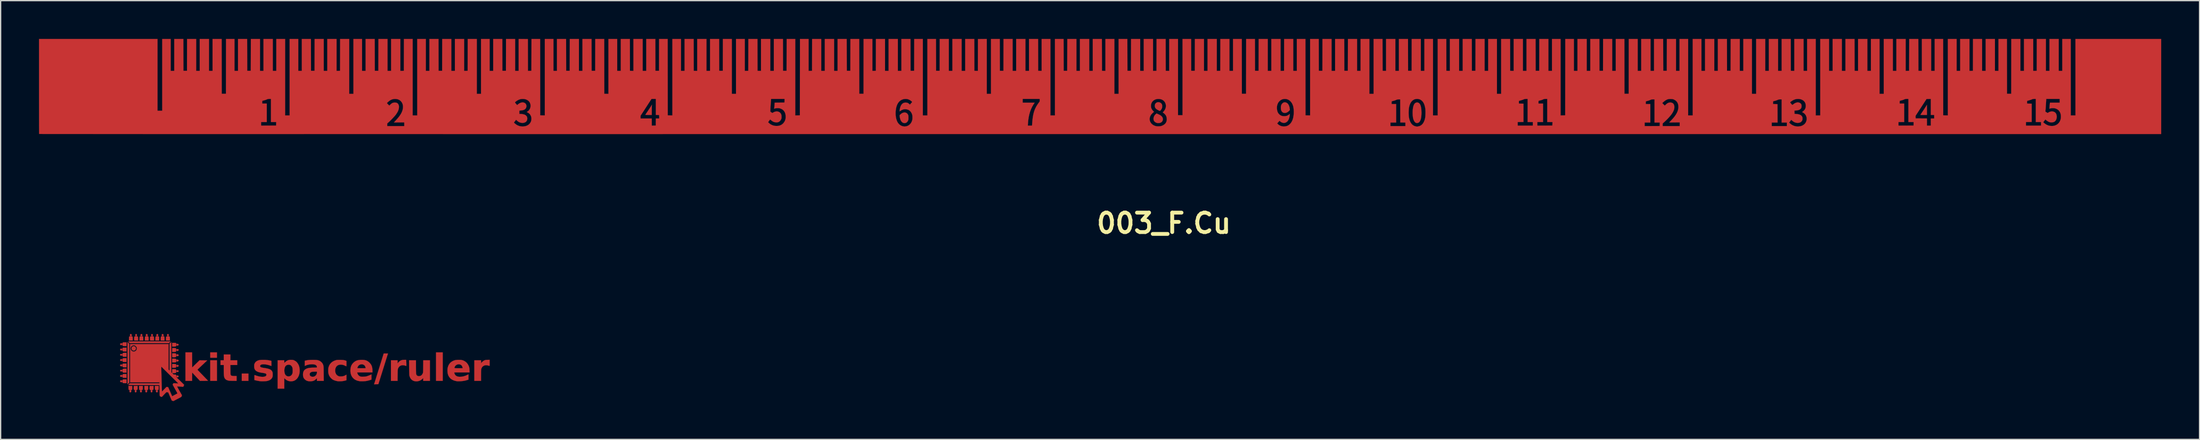
<source format=kicad_pcb>
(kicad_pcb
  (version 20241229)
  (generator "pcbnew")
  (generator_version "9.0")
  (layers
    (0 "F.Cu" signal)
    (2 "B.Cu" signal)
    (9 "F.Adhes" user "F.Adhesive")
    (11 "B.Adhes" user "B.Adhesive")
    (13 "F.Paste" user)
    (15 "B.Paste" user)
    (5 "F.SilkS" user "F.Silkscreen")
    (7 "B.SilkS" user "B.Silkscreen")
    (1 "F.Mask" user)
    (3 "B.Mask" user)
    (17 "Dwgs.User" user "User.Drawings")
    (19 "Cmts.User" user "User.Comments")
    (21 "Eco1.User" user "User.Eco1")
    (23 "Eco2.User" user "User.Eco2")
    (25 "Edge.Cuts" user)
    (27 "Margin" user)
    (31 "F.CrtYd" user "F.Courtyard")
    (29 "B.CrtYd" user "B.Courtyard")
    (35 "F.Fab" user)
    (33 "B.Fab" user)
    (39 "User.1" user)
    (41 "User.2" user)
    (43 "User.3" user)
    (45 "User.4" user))
  (footprint "003_F.Cu"
    (layer "F.Cu")
    (at 88.016 14.458)
    (property "Reference" "003_F.Cu" (at 0 0 0) (layer "F.SilkS") (effects (font (size 1.524 1.524) (thickness 0.3))))
    (attr through_hole)
    (fp_poly (pts (xy -74.092 10.541) (xy -74.612 10.541) (xy -74.612 10.122) (xy -74.092 10.122) (xy -74.092 10.541)) (stroke (width 0.01) (type solid)) (fill yes) (layer "F.Cu"))
    (fp_poly (pts (xy -74.092 12.357) (xy -74.612 12.357) (xy -74.612 10.744) (xy -74.092 10.744) (xy -74.092 12.357)) (stroke (width 0.01) (type solid)) (fill yes) (layer "F.Cu"))
    (fp_poly (pts (xy -71.628 12.357) (xy -72.149 12.357) (xy -72.149 11.786) (xy -71.628 11.786) (xy -71.628 12.357)) (stroke (width 0.01) (type solid)) (fill yes) (layer "F.Cu"))
    (fp_poly (pts (xy -56.426 12.357) (xy -56.947 12.357) (xy -56.947 10.122) (xy -56.426 10.122) (xy -56.426 12.357)) (stroke (width 0.01) (type solid)) (fill yes) (layer "F.Cu"))
    (fp_poly (pts (xy -81.02 9.385) (xy -80.95 9.454) (xy -80.95 12.491) (xy -81.02 12.56) (xy -81.09 12.629) (xy -81.09 9.316) (xy -81.02 9.385)) (stroke (width 0.01) (type solid)) (fill yes) (layer "F.Cu"))
    (fp_poly (pts (xy -80.794 8.696) (xy -80.769 8.725) (xy -80.759 8.774) (xy -80.759 8.783) (xy -80.759 8.839) (xy -80.899 8.839) (xy -80.899 8.778) (xy -80.895 8.729) (xy -80.88 8.7) (xy -80.851 8.688) (xy -80.834 8.687) (xy -80.794 8.696)) (stroke (width 0.01) (type solid)) (fill yes) (layer "F.Cu"))
    (fp_poly (pts (xy -80.382 8.693) (xy -80.362 8.715) (xy -80.354 8.756) (xy -80.353 8.778) (xy -80.353 8.839) (xy -80.48 8.839) (xy -80.48 8.778) (xy -80.475 8.729) (xy -80.46 8.7) (xy -80.432 8.688) (xy -80.416 8.687) (xy -80.382 8.693)) (stroke (width 0.01) (type solid)) (fill yes) (layer "F.Cu"))
    (fp_poly (pts (xy -79.964 8.693) (xy -79.943 8.714) (xy -79.935 8.754) (xy -79.934 8.778) (xy -79.934 8.839) (xy -80.073 8.839) (xy -80.073 8.783) (xy -80.066 8.731) (xy -80.044 8.699) (xy -80.006 8.687) (xy -79.999 8.687) (xy -79.964 8.693)) (stroke (width 0.01) (type solid)) (fill yes) (layer "F.Cu"))
    (fp_poly (pts (xy -79.55 8.695) (xy -79.525 8.725) (xy -79.515 8.774) (xy -79.515 8.783) (xy -79.515 8.839) (xy -79.654 8.839) (xy -79.654 8.776) (xy -79.652 8.735) (xy -79.643 8.711) (xy -79.63 8.7) (xy -79.585 8.686) (xy -79.55 8.695)) (stroke (width 0.01) (type solid)) (fill yes) (layer "F.Cu"))
    (fp_poly (pts (xy -79.138 8.693) (xy -79.117 8.715) (xy -79.109 8.756) (xy -79.108 8.778) (xy -79.108 8.839) (xy -79.235 8.839) (xy -79.235 8.778) (xy -79.231 8.729) (xy -79.216 8.7) (xy -79.187 8.688) (xy -79.172 8.687) (xy -79.138 8.693)) (stroke (width 0.01) (type solid)) (fill yes) (layer "F.Cu"))
    (fp_poly (pts (xy -78.719 8.693) (xy -78.699 8.714) (xy -78.69 8.754) (xy -78.689 8.778) (xy -78.689 8.839) (xy -78.829 8.839) (xy -78.829 8.783) (xy -78.822 8.731) (xy -78.799 8.699) (xy -78.761 8.687) (xy -78.754 8.687) (xy -78.719 8.693)) (stroke (width 0.01) (type solid)) (fill yes) (layer "F.Cu"))
    (fp_poly (pts (xy -78.305 8.695) (xy -78.281 8.725) (xy -78.27 8.774) (xy -78.27 8.783) (xy -78.27 8.839) (xy -78.41 8.839) (xy -78.41 8.776) (xy -78.407 8.735) (xy -78.399 8.711) (xy -78.385 8.7) (xy -78.341 8.686) (xy -78.305 8.695)) (stroke (width 0.01) (type solid)) (fill yes) (layer "F.Cu"))
    (fp_poly (pts (xy -77.893 8.693) (xy -77.873 8.715) (xy -77.864 8.756) (xy -77.864 8.778) (xy -77.864 8.839) (xy -77.991 8.839) (xy -77.991 8.778) (xy -77.986 8.729) (xy -77.971 8.7) (xy -77.943 8.688) (xy -77.927 8.687) (xy -77.893 8.693)) (stroke (width 0.01) (type solid)) (fill yes) (layer "F.Cu"))
    (fp_poly (pts (xy -81.509 9.55) (xy -81.57 9.55) (xy -81.609 9.547) (xy -81.638 9.54) (xy -81.646 9.535) (xy -81.657 9.512) (xy -81.661 9.481) (xy -81.655 9.443) (xy -81.636 9.421) (xy -81.599 9.412) (xy -81.57 9.411) (xy -81.509 9.411) (xy -81.509 9.55)) (stroke (width 0.01) (type solid)) (fill yes) (layer "F.Cu"))
    (fp_poly (pts (xy -81.509 10.376) (xy -81.57 10.376) (xy -81.609 10.373) (xy -81.638 10.365) (xy -81.646 10.361) (xy -81.659 10.333) (xy -81.66 10.294) (xy -81.653 10.269) (xy -81.64 10.256) (xy -81.611 10.25) (xy -81.577 10.249) (xy -81.509 10.249) (xy -81.509 10.376)) (stroke (width 0.01) (type solid)) (fill yes) (layer "F.Cu"))
    (fp_poly (pts (xy -81.509 11.62) (xy -81.57 11.62) (xy -81.609 11.617) (xy -81.638 11.61) (xy -81.646 11.605) (xy -81.657 11.582) (xy -81.661 11.557) (xy -81.655 11.523) (xy -81.633 11.503) (xy -81.592 11.494) (xy -81.57 11.493) (xy -81.509 11.493) (xy -81.509 11.62)) (stroke (width 0.01) (type solid)) (fill yes) (layer "F.Cu"))
    (fp_poly (pts (xy -80.797 13.155) (xy -80.802 13.204) (xy -80.816 13.234) (xy -80.821 13.238) (xy -80.857 13.257) (xy -80.895 13.254) (xy -80.917 13.239) (xy -80.932 13.209) (xy -80.937 13.16) (xy -80.937 13.156) (xy -80.937 13.094) (xy -80.797 13.094) (xy -80.797 13.155)) (stroke (width 0.01) (type solid)) (fill yes) (layer "F.Cu"))
    (fp_poly (pts (xy -79.553 13.155) (xy -79.557 13.204) (xy -79.572 13.234) (xy -79.576 13.238) (xy -79.612 13.257) (xy -79.65 13.254) (xy -79.673 13.239) (xy -79.687 13.209) (xy -79.692 13.16) (xy -79.692 13.156) (xy -79.692 13.094) (xy -79.553 13.094) (xy -79.553 13.155)) (stroke (width 0.01) (type solid)) (fill yes) (layer "F.Cu"))
    (fp_poly (pts (xy -78.727 13.162) (xy -78.729 13.206) (xy -78.736 13.231) (xy -78.75 13.245) (xy -78.752 13.246) (xy -78.795 13.258) (xy -78.83 13.247) (xy -78.848 13.228) (xy -78.863 13.189) (xy -78.865 13.149) (xy -78.861 13.1) (xy -78.727 13.092) (xy -78.727 13.162)) (stroke (width 0.01) (type solid)) (fill yes) (layer "F.Cu"))
    (fp_poly (pts (xy -81.509 9.97) (xy -81.565 9.97) (xy -81.61 9.964) (xy -81.64 9.951) (xy -81.641 9.95) (xy -81.657 9.92) (xy -81.66 9.883) (xy -81.65 9.851) (xy -81.646 9.845) (xy -81.625 9.836) (xy -81.589 9.831) (xy -81.57 9.83) (xy -81.509 9.83) (xy -81.509 9.97)) (stroke (width 0.01) (type solid)) (fill yes) (layer "F.Cu"))
    (fp_poly (pts (xy -81.509 10.795) (xy -81.57 10.795) (xy -81.609 10.792) (xy -81.638 10.784) (xy -81.646 10.78) (xy -81.656 10.757) (xy -81.661 10.724) (xy -81.661 10.723) (xy -81.654 10.687) (xy -81.63 10.666) (xy -81.587 10.656) (xy -81.56 10.655) (xy -81.509 10.655) (xy -81.509 10.795)) (stroke (width 0.01) (type solid)) (fill yes) (layer "F.Cu"))
    (fp_poly (pts (xy -81.509 11.214) (xy -81.565 11.214) (xy -81.61 11.209) (xy -81.64 11.195) (xy -81.641 11.194) (xy -81.657 11.164) (xy -81.66 11.127) (xy -81.65 11.095) (xy -81.646 11.09) (xy -81.625 11.081) (xy -81.589 11.075) (xy -81.57 11.074) (xy -81.509 11.074) (xy -81.509 11.214)) (stroke (width 0.01) (type solid)) (fill yes) (layer "F.Cu"))
    (fp_poly (pts (xy -81.509 12.04) (xy -81.57 12.04) (xy -81.609 12.037) (xy -81.638 12.029) (xy -81.646 12.024) (xy -81.656 12.002) (xy -81.661 11.968) (xy -81.661 11.968) (xy -81.654 11.932) (xy -81.63 11.91) (xy -81.587 11.901) (xy -81.56 11.9) (xy -81.509 11.9) (xy -81.509 12.04)) (stroke (width 0.01) (type solid)) (fill yes) (layer "F.Cu"))
    (fp_poly (pts (xy -81.509 12.459) (xy -81.565 12.459) (xy -81.61 12.454) (xy -81.64 12.44) (xy -81.641 12.439) (xy -81.657 12.409) (xy -81.66 12.372) (xy -81.65 12.34) (xy -81.646 12.334) (xy -81.625 12.325) (xy -81.589 12.32) (xy -81.57 12.319) (xy -81.509 12.319) (xy -81.509 12.459)) (stroke (width 0.01) (type solid)) (fill yes) (layer "F.Cu"))
    (fp_poly (pts (xy -80.391 13.163) (xy -80.393 13.206) (xy -80.4 13.231) (xy -80.415 13.245) (xy -80.416 13.246) (xy -80.454 13.258) (xy -80.491 13.248) (xy -80.496 13.245) (xy -80.51 13.23) (xy -80.517 13.2) (xy -80.518 13.163) (xy -80.518 13.094) (xy -80.391 13.094) (xy -80.391 13.163)) (stroke (width 0.01) (type solid)) (fill yes) (layer "F.Cu"))
    (fp_poly (pts (xy -79.972 13.162) (xy -79.974 13.206) (xy -79.981 13.231) (xy -79.995 13.245) (xy -79.996 13.246) (xy -80.04 13.258) (xy -80.078 13.247) (xy -80.091 13.235) (xy -80.107 13.203) (xy -80.109 13.156) (xy -80.109 13.155) (xy -80.105 13.1) (xy -79.972 13.092) (xy -79.972 13.162)) (stroke (width 0.01) (type solid)) (fill yes) (layer "F.Cu"))
    (fp_poly (pts (xy -79.146 13.163) (xy -79.148 13.206) (xy -79.155 13.231) (xy -79.17 13.245) (xy -79.171 13.246) (xy -79.21 13.258) (xy -79.247 13.248) (xy -79.251 13.245) (xy -79.265 13.23) (xy -79.272 13.2) (xy -79.273 13.163) (xy -79.273 13.094) (xy -79.146 13.094) (xy -79.146 13.163)) (stroke (width 0.01) (type solid)) (fill yes) (layer "F.Cu"))
    (fp_poly (pts (xy -77.162 10.278) (xy -77.13 10.285) (xy -77.128 10.287) (xy -77.102 10.313) (xy -77.092 10.351) (xy -77.101 10.387) (xy -77.114 10.403) (xy -77.136 10.411) (xy -77.174 10.414) (xy -77.185 10.414) (xy -77.255 10.414) (xy -77.248 10.281) (xy -77.201 10.277) (xy -77.162 10.278)) (stroke (width 0.01) (type solid)) (fill yes) (layer "F.Cu"))
    (fp_poly (pts (xy -77.143 11.533) (xy -77.119 11.539) (xy -77.105 11.552) (xy -77.099 11.563) (xy -77.091 11.599) (xy -77.099 11.627) (xy -77.111 11.645) (xy -77.128 11.655) (xy -77.159 11.658) (xy -77.184 11.659) (xy -77.254 11.659) (xy -77.254 11.532) (xy -77.184 11.532) (xy -77.143 11.533)) (stroke (width 0.01) (type solid)) (fill yes) (layer "F.Cu"))
    (fp_poly (pts (xy -77.188 9.451) (xy -77.147 9.456) (xy -77.122 9.465) (xy -77.106 9.483) (xy -77.103 9.489) (xy -77.091 9.515) (xy -77.095 9.537) (xy -77.106 9.555) (xy -77.123 9.576) (xy -77.146 9.586) (xy -77.183 9.588) (xy -77.191 9.588) (xy -77.254 9.588) (xy -77.254 9.447) (xy -77.188 9.451)) (stroke (width 0.01) (type solid)) (fill yes) (layer "F.Cu"))
    (fp_poly (pts (xy -77.188 10.696) (xy -77.147 10.7) (xy -77.122 10.71) (xy -77.106 10.728) (xy -77.103 10.733) (xy -77.091 10.76) (xy -77.095 10.781) (xy -77.106 10.8) (xy -77.123 10.82) (xy -77.146 10.83) (xy -77.183 10.833) (xy -77.191 10.833) (xy -77.254 10.833) (xy -77.254 10.692) (xy -77.188 10.696)) (stroke (width 0.01) (type solid)) (fill yes) (layer "F.Cu"))
    (fp_poly (pts (xy -77.188 11.941) (xy -77.147 11.945) (xy -77.122 11.954) (xy -77.106 11.972) (xy -77.103 11.978) (xy -77.091 12.004) (xy -77.095 12.026) (xy -77.106 12.044) (xy -77.123 12.065) (xy -77.146 12.075) (xy -77.183 12.078) (xy -77.191 12.078) (xy -77.254 12.078) (xy -77.254 11.937) (xy -77.188 11.941)) (stroke (width 0.01) (type solid)) (fill yes) (layer "F.Cu"))
    (fp_poly (pts (xy -80.772 8.866) (xy -80.733 8.872) (xy -80.707 8.887) (xy -80.692 8.915) (xy -80.685 8.959) (xy -80.683 9.023) (xy -80.683 9.049) (xy -80.683 9.195) (xy -80.975 9.195) (xy -80.975 9.049) (xy -80.974 8.978) (xy -80.969 8.927) (xy -80.958 8.895) (xy -80.936 8.876) (xy -80.901 8.867) (xy -80.85 8.865) (xy -80.829 8.865) (xy -80.772 8.866)) (stroke (width 0.01) (type solid)) (fill yes) (layer "F.Cu"))
    (fp_poly (pts (xy -79.947 8.866) (xy -79.907 8.872) (xy -79.881 8.887) (xy -79.866 8.915) (xy -79.86 8.959) (xy -79.858 9.023) (xy -79.858 9.049) (xy -79.858 9.195) (xy -80.15 9.195) (xy -80.15 9.049) (xy -80.149 8.978) (xy -80.144 8.927) (xy -80.132 8.895) (xy -80.11 8.876) (xy -80.075 8.867) (xy -80.024 8.865) (xy -80.004 8.865) (xy -79.947 8.866)) (stroke (width 0.01) (type solid)) (fill yes) (layer "F.Cu"))
    (fp_poly (pts (xy -79.528 8.866) (xy -79.488 8.872) (xy -79.462 8.887) (xy -79.447 8.915) (xy -79.44 8.959) (xy -79.439 9.023) (xy -79.439 9.049) (xy -79.439 9.195) (xy -79.731 9.195) (xy -79.731 9.049) (xy -79.73 8.978) (xy -79.725 8.927) (xy -79.713 8.895) (xy -79.691 8.876) (xy -79.656 8.867) (xy -79.605 8.865) (xy -79.585 8.865) (xy -79.528 8.866)) (stroke (width 0.01) (type solid)) (fill yes) (layer "F.Cu"))
    (fp_poly (pts (xy -78.702 8.866) (xy -78.662 8.872) (xy -78.637 8.887) (xy -78.622 8.915) (xy -78.615 8.959) (xy -78.613 9.023) (xy -78.613 9.049) (xy -78.613 9.195) (xy -78.905 9.195) (xy -78.905 9.049) (xy -78.904 8.978) (xy -78.899 8.927) (xy -78.887 8.895) (xy -78.866 8.876) (xy -78.831 8.867) (xy -78.78 8.865) (xy -78.759 8.865) (xy -78.702 8.866)) (stroke (width 0.01) (type solid)) (fill yes) (layer "F.Cu"))
    (fp_poly (pts (xy -78.283 8.866) (xy -78.243 8.872) (xy -78.218 8.887) (xy -78.203 8.915) (xy -78.196 8.959) (xy -78.194 9.023) (xy -78.194 9.049) (xy -78.194 9.195) (xy -78.486 9.195) (xy -78.486 9.049) (xy -78.485 8.978) (xy -78.48 8.927) (xy -78.468 8.895) (xy -78.446 8.876) (xy -78.412 8.867) (xy -78.361 8.865) (xy -78.34 8.865) (xy -78.283 8.866)) (stroke (width 0.01) (type solid)) (fill yes) (layer "F.Cu"))
    (fp_poly (pts (xy -77.389 11.444) (xy -77.339 11.448) (xy -77.308 11.46) (xy -77.29 11.483) (xy -77.282 11.519) (xy -77.28 11.573) (xy -77.279 11.599) (xy -77.281 11.656) (xy -77.287 11.697) (xy -77.301 11.723) (xy -77.328 11.738) (xy -77.372 11.745) (xy -77.435 11.747) (xy -77.466 11.748) (xy -77.597 11.748) (xy -77.597 11.443) (xy -77.459 11.443) (xy -77.389 11.444)) (stroke (width 0.01) (type solid)) (fill yes) (layer "F.Cu"))
    (fp_poly (pts (xy -77.383 9.373) (xy -77.335 9.377) (xy -77.305 9.387) (xy -77.288 9.408) (xy -77.281 9.442) (xy -77.28 9.492) (xy -77.279 9.519) (xy -77.28 9.577) (xy -77.285 9.618) (xy -77.297 9.643) (xy -77.321 9.657) (xy -77.361 9.663) (xy -77.42 9.665) (xy -77.451 9.665) (xy -77.597 9.665) (xy -77.597 9.373) (xy -77.451 9.373) (xy -77.383 9.373)) (stroke (width 0.01) (type solid)) (fill yes) (layer "F.Cu"))
    (fp_poly (pts (xy -77.383 10.618) (xy -77.335 10.621) (xy -77.305 10.632) (xy -77.288 10.652) (xy -77.281 10.686) (xy -77.28 10.737) (xy -77.279 10.763) (xy -77.28 10.822) (xy -77.285 10.862) (xy -77.297 10.888) (xy -77.321 10.902) (xy -77.361 10.908) (xy -77.42 10.909) (xy -77.451 10.909) (xy -77.597 10.909) (xy -77.597 10.617) (xy -77.451 10.617) (xy -77.383 10.618)) (stroke (width 0.01) (type solid)) (fill yes) (layer "F.Cu"))
    (fp_poly (pts (xy -77.377 11.038) (xy -77.325 11.042) (xy -77.298 11.049) (xy -77.295 11.052) (xy -77.287 11.073) (xy -77.281 11.116) (xy -77.279 11.177) (xy -77.28 11.236) (xy -77.286 11.277) (xy -77.3 11.304) (xy -77.326 11.319) (xy -77.368 11.326) (xy -77.43 11.328) (xy -77.461 11.328) (xy -77.597 11.328) (xy -77.597 11.036) (xy -77.453 11.036) (xy -77.377 11.038)) (stroke (width 0.01) (type solid)) (fill yes) (layer "F.Cu"))
    (fp_poly (pts (xy -77.142 9.87) (xy -77.117 9.877) (xy -77.103 9.891) (xy -77.102 9.892) (xy -77.091 9.934) (xy -77.102 9.97) (xy -77.133 9.996) (xy -77.179 10.007) (xy -77.188 10.008) (xy -77.222 10.006) (xy -77.244 10.001) (xy -77.246 9.999) (xy -77.251 9.982) (xy -77.254 9.95) (xy -77.254 9.929) (xy -77.254 9.868) (xy -77.185 9.868) (xy -77.142 9.87)) (stroke (width 0.01) (type solid)) (fill yes) (layer "F.Cu"))
    (fp_poly (pts (xy -77.142 11.114) (xy -77.117 11.122) (xy -77.103 11.136) (xy -77.102 11.137) (xy -77.091 11.179) (xy -77.102 11.215) (xy -77.133 11.24) (xy -77.179 11.252) (xy -77.188 11.252) (xy -77.222 11.25) (xy -77.244 11.245) (xy -77.246 11.244) (xy -77.251 11.227) (xy -77.254 11.194) (xy -77.254 11.174) (xy -77.254 11.113) (xy -77.185 11.113) (xy -77.142 11.114)) (stroke (width 0.01) (type solid)) (fill yes) (layer "F.Cu"))
    (fp_poly (pts (xy -81.166 10.465) (xy -81.29 10.464) (xy -81.345 10.463) (xy -81.392 10.461) (xy -81.424 10.458) (xy -81.432 10.456) (xy -81.457 10.441) (xy -81.473 10.414) (xy -81.481 10.372) (xy -81.483 10.31) (xy -81.482 10.251) (xy -81.475 10.211) (xy -81.459 10.184) (xy -81.429 10.169) (xy -81.383 10.162) (xy -81.317 10.16) (xy -81.299 10.16) (xy -81.166 10.16) (xy -81.166 10.465)) (stroke (width 0.01) (type solid)) (fill yes) (layer "F.Cu"))
    (fp_poly (pts (xy -77.386 9.786) (xy -77.338 9.79) (xy -77.307 9.801) (xy -77.289 9.822) (xy -77.282 9.856) (xy -77.28 9.906) (xy -77.279 9.931) (xy -77.28 9.991) (xy -77.286 10.032) (xy -77.3 10.059) (xy -77.326 10.075) (xy -77.368 10.082) (xy -77.43 10.084) (xy -77.462 10.084) (xy -77.598 10.084) (xy -77.594 9.935) (xy -77.591 9.785) (xy -77.456 9.785) (xy -77.386 9.786)) (stroke (width 0.01) (type solid)) (fill yes) (layer "F.Cu"))
    (fp_poly (pts (xy -81.166 9.627) (xy -81.303 9.627) (xy -81.366 9.626) (xy -81.409 9.624) (xy -81.436 9.619) (xy -81.453 9.611) (xy -81.462 9.603) (xy -81.474 9.583) (xy -81.48 9.55) (xy -81.483 9.499) (xy -81.483 9.478) (xy -81.482 9.422) (xy -81.476 9.383) (xy -81.462 9.357) (xy -81.435 9.343) (xy -81.391 9.336) (xy -81.328 9.335) (xy -81.301 9.335) (xy -81.166 9.335) (xy -81.166 9.627)) (stroke (width 0.01) (type solid)) (fill yes) (layer "F.Cu"))
    (fp_poly (pts (xy -81.166 10.871) (xy -81.303 10.871) (xy -81.366 10.871) (xy -81.409 10.868) (xy -81.436 10.864) (xy -81.453 10.856) (xy -81.462 10.848) (xy -81.474 10.828) (xy -81.48 10.795) (xy -81.483 10.744) (xy -81.483 10.723) (xy -81.482 10.667) (xy -81.476 10.627) (xy -81.462 10.602) (xy -81.435 10.588) (xy -81.391 10.581) (xy -81.328 10.579) (xy -81.301 10.579) (xy -81.166 10.579) (xy -81.166 10.871)) (stroke (width 0.01) (type solid)) (fill yes) (layer "F.Cu"))
    (fp_poly (pts (xy -81.166 11.709) (xy -81.299 11.709) (xy -81.36 11.709) (xy -81.402 11.707) (xy -81.429 11.702) (xy -81.447 11.693) (xy -81.458 11.684) (xy -81.471 11.667) (xy -81.479 11.643) (xy -81.482 11.605) (xy -81.483 11.557) (xy -81.482 11.498) (xy -81.475 11.456) (xy -81.459 11.429) (xy -81.43 11.414) (xy -81.385 11.407) (xy -81.318 11.405) (xy -81.299 11.405) (xy -81.166 11.405) (xy -81.166 11.709)) (stroke (width 0.01) (type solid)) (fill yes) (layer "F.Cu"))
    (fp_poly (pts (xy -81.166 12.535) (xy -81.305 12.535) (xy -81.366 12.535) (xy -81.407 12.533) (xy -81.434 12.529) (xy -81.45 12.522) (xy -81.461 12.511) (xy -81.463 12.507) (xy -81.476 12.476) (xy -81.482 12.426) (xy -81.483 12.381) (xy -81.482 12.326) (xy -81.477 12.288) (xy -81.463 12.264) (xy -81.437 12.251) (xy -81.394 12.244) (xy -81.332 12.243) (xy -81.304 12.243) (xy -81.166 12.243) (xy -81.166 12.535)) (stroke (width 0.01) (type solid)) (fill yes) (layer "F.Cu"))
    (fp_poly (pts (xy -81.166 12.116) (xy -81.303 12.116) (xy -81.366 12.115) (xy -81.409 12.113) (xy -81.436 12.108) (xy -81.453 12.1) (xy -81.462 12.093) (xy -81.475 12.065) (xy -81.482 12.021) (xy -81.484 11.969) (xy -81.481 11.917) (xy -81.473 11.873) (xy -81.463 11.852) (xy -81.453 11.839) (xy -81.439 11.831) (xy -81.416 11.827) (xy -81.38 11.824) (xy -81.324 11.824) (xy -81.305 11.824) (xy -81.166 11.824) (xy -81.166 12.116)) (stroke (width 0.01) (type solid)) (fill yes) (layer "F.Cu"))
    (fp_poly (pts (xy -80.721 12.895) (xy -80.722 12.961) (xy -80.724 13.005) (xy -80.729 13.034) (xy -80.736 13.051) (xy -80.742 13.057) (xy -80.768 13.068) (xy -80.812 13.075) (xy -80.863 13.078) (xy -80.914 13.077) (xy -80.956 13.072) (xy -80.975 13.065) (xy -80.989 13.057) (xy -80.998 13.046) (xy -81.004 13.027) (xy -81.007 12.996) (xy -81.009 12.948) (xy -81.011 12.9) (xy -81.014 12.751) (xy -80.721 12.751) (xy -80.721 12.895)) (stroke (width 0.01) (type solid)) (fill yes) (layer "F.Cu"))
    (fp_poly (pts (xy -79.896 12.895) (xy -79.896 12.961) (xy -79.899 13.005) (xy -79.903 13.034) (xy -79.911 13.051) (xy -79.917 13.057) (xy -79.939 13.066) (xy -79.978 13.073) (xy -80.027 13.077) (xy -80.075 13.079) (xy -80.116 13.077) (xy -80.137 13.073) (xy -80.158 13.061) (xy -80.173 13.041) (xy -80.182 13.009) (xy -80.186 12.961) (xy -80.188 12.892) (xy -80.188 12.888) (xy -80.188 12.751) (xy -79.896 12.751) (xy -79.896 12.895)) (stroke (width 0.01) (type solid)) (fill yes) (layer "F.Cu"))
    (fp_poly (pts (xy -79.477 12.895) (xy -79.477 12.961) (xy -79.48 13.005) (xy -79.484 13.034) (xy -79.491 13.051) (xy -79.497 13.057) (xy -79.524 13.068) (xy -79.567 13.075) (xy -79.618 13.078) (xy -79.669 13.077) (xy -79.711 13.072) (xy -79.731 13.065) (xy -79.744 13.057) (xy -79.753 13.046) (xy -79.759 13.027) (xy -79.763 12.996) (xy -79.765 12.948) (xy -79.766 12.9) (xy -79.77 12.751) (xy -79.477 12.751) (xy -79.477 12.895)) (stroke (width 0.01) (type solid)) (fill yes) (layer "F.Cu"))
    (fp_poly (pts (xy -78.651 12.895) (xy -78.652 12.961) (xy -78.654 13.005) (xy -78.659 13.034) (xy -78.666 13.051) (xy -78.672 13.057) (xy -78.697 13.067) (xy -78.739 13.075) (xy -78.79 13.078) (xy -78.839 13.078) (xy -78.88 13.073) (xy -78.899 13.067) (xy -78.917 13.054) (xy -78.93 13.038) (xy -78.938 13.016) (xy -78.941 12.98) (xy -78.943 12.927) (xy -78.943 12.887) (xy -78.943 12.751) (xy -78.651 12.751) (xy -78.651 12.895)) (stroke (width 0.01) (type solid)) (fill yes) (layer "F.Cu"))
    (fp_poly (pts (xy -81.166 10.046) (xy -81.305 10.046) (xy -81.366 10.045) (xy -81.407 10.044) (xy -81.434 10.04) (xy -81.45 10.033) (xy -81.461 10.021) (xy -81.463 10.017) (xy -81.474 9.989) (xy -81.481 9.944) (xy -81.483 9.891) (xy -81.482 9.839) (xy -81.476 9.797) (xy -81.47 9.778) (xy -81.462 9.767) (xy -81.448 9.76) (xy -81.424 9.756) (xy -81.385 9.754) (xy -81.327 9.754) (xy -81.311 9.754) (xy -81.166 9.754) (xy -81.166 10.046)) (stroke (width 0.01) (type solid)) (fill yes) (layer "F.Cu"))
    (fp_poly (pts (xy -81.166 11.29) (xy -81.305 11.29) (xy -81.366 11.29) (xy -81.407 11.288) (xy -81.434 11.284) (xy -81.45 11.277) (xy -81.461 11.266) (xy -81.463 11.262) (xy -81.474 11.233) (xy -81.481 11.188) (xy -81.483 11.136) (xy -81.482 11.084) (xy -81.476 11.041) (xy -81.47 11.023) (xy -81.462 11.012) (xy -81.448 11.005) (xy -81.424 11.001) (xy -81.385 10.999) (xy -81.327 10.998) (xy -81.311 10.998) (xy -81.166 10.998) (xy -81.166 11.29)) (stroke (width 0.01) (type solid)) (fill yes) (layer "F.Cu"))
    (fp_poly (pts (xy -80.575 9.642) (xy -80.519 9.663) (xy -80.472 9.701) (xy -80.442 9.753) (xy -80.43 9.812) (xy -80.438 9.871) (xy -80.447 9.891) (xy -80.487 9.944) (xy -80.541 9.976) (xy -80.605 9.986) (xy -80.645 9.981) (xy -80.687 9.963) (xy -80.728 9.929) (xy -80.731 9.926) (xy -80.758 9.892) (xy -80.77 9.859) (xy -80.772 9.82) (xy -80.761 9.754) (xy -80.732 9.7) (xy -80.689 9.662) (xy -80.635 9.642) (xy -80.575 9.642)) (stroke (width 0.01) (type solid)) (fill yes) (layer "F.Cu"))
    (fp_poly (pts (xy -79.058 12.887) (xy -79.059 12.944) (xy -79.061 12.993) (xy -79.064 13.026) (xy -79.067 13.038) (xy -79.098 13.063) (xy -79.15 13.077) (xy -79.216 13.081) (xy -79.264 13.08) (xy -79.295 13.074) (xy -79.317 13.062) (xy -79.332 13.049) (xy -79.346 13.034) (xy -79.355 13.017) (xy -79.359 12.994) (xy -79.361 12.958) (xy -79.36 12.905) (xy -79.36 12.887) (xy -79.356 12.757) (xy -79.207 12.754) (xy -79.058 12.75) (xy -79.058 12.887)) (stroke (width 0.01) (type solid)) (fill yes) (layer "F.Cu"))
    (fp_poly (pts (xy -77.787 9.328) (xy -77.856 9.398) (xy -80.906 9.398) (xy -80.966 9.337) (xy -80.996 9.305) (xy -81.018 9.28) (xy -81.026 9.267) (xy -81.014 9.266) (xy -80.977 9.265) (xy -80.918 9.264) (xy -80.839 9.263) (xy -80.74 9.262) (xy -80.622 9.261) (xy -80.489 9.261) (xy -80.34 9.26) (xy -80.178 9.259) (xy -80.004 9.259) (xy -79.82 9.259) (xy -79.626 9.258) (xy -79.425 9.258) (xy -79.372 9.258) (xy -77.719 9.258) (xy -77.787 9.328)) (stroke (width 0.01) (type solid)) (fill yes) (layer "F.Cu"))
    (fp_poly (pts (xy 59.703 -8.496) (xy 59.449 -8.496) (xy 59.371 -8.497) (xy 59.304 -8.497) (xy 59.249 -8.499) (xy 59.212 -8.5) (xy 59.195 -8.502) (xy 59.195 -8.503) (xy 59.201 -8.515) (xy 59.221 -8.545) (xy 59.25 -8.591) (xy 59.289 -8.65) (xy 59.335 -8.719) (xy 59.386 -8.796) (xy 59.4 -8.817) (xy 59.456 -8.9) (xy 59.509 -8.981) (xy 59.557 -9.056) (xy 59.599 -9.12) (xy 59.632 -9.171) (xy 59.653 -9.205) (xy 59.654 -9.207) (xy 59.702 -9.29) (xy 59.703 -8.496)) (stroke (width 0.01) (type solid)) (fill yes) (layer "F.Cu"))
    (fp_poly (pts (xy -80.358 8.866) (xy -80.317 8.872) (xy -80.29 8.888) (xy -80.274 8.915) (xy -80.266 8.96) (xy -80.264 9.024) (xy -80.264 9.055) (xy -80.264 9.195) (xy -80.408 9.195) (xy -80.466 9.194) (xy -80.514 9.192) (xy -80.548 9.189) (xy -80.56 9.186) (xy -80.564 9.171) (xy -80.567 9.136) (xy -80.568 9.087) (xy -80.569 9.047) (xy -80.568 8.975) (xy -80.562 8.926) (xy -80.548 8.893) (xy -80.524 8.875) (xy -80.485 8.867) (xy -80.429 8.865) (xy -80.416 8.865) (xy -80.358 8.866)) (stroke (width 0.01) (type solid)) (fill yes) (layer "F.Cu"))
    (fp_poly (pts (xy -80.302 12.889) (xy -80.302 12.95) (xy -80.304 12.992) (xy -80.308 13.018) (xy -80.315 13.035) (xy -80.327 13.048) (xy -80.336 13.055) (xy -80.361 13.07) (xy -80.394 13.078) (xy -80.441 13.081) (xy -80.457 13.081) (xy -80.506 13.08) (xy -80.537 13.075) (xy -80.56 13.064) (xy -80.576 13.049) (xy -80.59 13.034) (xy -80.599 13.017) (xy -80.604 12.994) (xy -80.606 12.958) (xy -80.605 12.905) (xy -80.604 12.887) (xy -80.601 12.757) (xy -80.451 12.754) (xy -80.302 12.75) (xy -80.302 12.889)) (stroke (width 0.01) (type solid)) (fill yes) (layer "F.Cu"))
    (fp_poly (pts (xy -77.389 10.199) (xy -77.339 10.204) (xy -77.308 10.216) (xy -77.29 10.238) (xy -77.282 10.275) (xy -77.28 10.329) (xy -77.279 10.354) (xy -77.281 10.413) (xy -77.287 10.454) (xy -77.303 10.48) (xy -77.331 10.495) (xy -77.377 10.501) (xy -77.443 10.503) (xy -77.458 10.503) (xy -77.511 10.502) (xy -77.555 10.5) (xy -77.582 10.497) (xy -77.589 10.494) (xy -77.592 10.479) (xy -77.595 10.444) (xy -77.596 10.394) (xy -77.597 10.342) (xy -77.597 10.198) (xy -77.459 10.198) (xy -77.389 10.199)) (stroke (width 0.01) (type solid)) (fill yes) (layer "F.Cu"))
    (fp_poly (pts (xy -77.861 8.866) (xy -77.823 8.873) (xy -77.798 8.89) (xy -77.784 8.919) (xy -77.777 8.966) (xy -77.775 9.032) (xy -77.775 9.055) (xy -77.775 9.195) (xy -77.919 9.195) (xy -77.977 9.194) (xy -78.025 9.192) (xy -78.059 9.189) (xy -78.071 9.186) (xy -78.075 9.17) (xy -78.078 9.135) (xy -78.079 9.088) (xy -78.079 9.036) (xy -78.078 8.985) (xy -78.076 8.942) (xy -78.072 8.914) (xy -78.07 8.908) (xy -78.041 8.884) (xy -77.993 8.87) (xy -77.922 8.865) (xy -77.915 8.865) (xy -77.861 8.866)) (stroke (width 0.01) (type solid)) (fill yes) (layer "F.Cu"))
    (fp_poly (pts (xy -79.091 8.867) (xy -79.069 8.872) (xy -79.052 8.883) (xy -79.046 8.889) (xy -79.034 8.903) (xy -79.026 8.921) (xy -79.022 8.949) (xy -79.02 8.991) (xy -79.019 9.052) (xy -79.019 9.055) (xy -79.019 9.195) (xy -79.163 9.195) (xy -79.221 9.194) (xy -79.27 9.192) (xy -79.303 9.189) (xy -79.316 9.186) (xy -79.319 9.171) (xy -79.322 9.136) (xy -79.324 9.087) (xy -79.324 9.049) (xy -79.323 8.979) (xy -79.319 8.93) (xy -79.307 8.899) (xy -79.285 8.88) (xy -79.25 8.871) (xy -79.198 8.867) (xy -79.18 8.867) (xy -79.126 8.865) (xy -79.091 8.867)) (stroke (width 0.01) (type solid)) (fill yes) (layer "F.Cu"))
    (fp_poly (pts (xy -60.778 10.43) (xy -60.792 10.477) (xy -60.814 10.546) (xy -60.842 10.634) (xy -60.875 10.74) (xy -60.912 10.86) (xy -60.954 10.993) (xy -60.998 11.136) (xy -61.045 11.286) (xy -61.094 11.442) (xy -61.144 11.6) (xy -61.154 11.633) (xy -61.462 12.617) (xy -61.796 12.625) (xy -61.755 12.494) (xy -61.745 12.462) (xy -61.728 12.408) (xy -61.705 12.334) (xy -61.676 12.242) (xy -61.642 12.133) (xy -61.604 12.01) (xy -61.562 11.875) (xy -61.517 11.73) (xy -61.469 11.577) (xy -61.419 11.418) (xy -61.378 11.287) (xy -61.043 10.211) (xy -60.709 10.211) (xy -60.778 10.43)) (stroke (width 0.01) (type solid)) (fill yes) (layer "F.Cu"))
    (fp_poly (pts (xy -0.466 -8.564) (xy -0.366 -8.519) (xy -0.287 -8.476) (xy -0.224 -8.433) (xy -0.173 -8.388) (xy -0.12 -8.319) (xy -0.088 -8.243) (xy -0.077 -8.165) (xy -0.085 -8.089) (xy -0.113 -8.017) (xy -0.16 -7.955) (xy -0.224 -7.905) (xy -0.276 -7.882) (xy -0.348 -7.864) (xy -0.428 -7.856) (xy -0.501 -7.859) (xy -0.519 -7.862) (xy -0.603 -7.889) (xy -0.678 -7.932) (xy -0.74 -7.988) (xy -0.784 -8.052) (xy -0.798 -8.087) (xy -0.813 -8.179) (xy -0.805 -8.275) (xy -0.776 -8.368) (xy -0.728 -8.456) (xy -0.663 -8.533) (xy -0.627 -8.564) (xy -0.57 -8.609) (xy -0.466 -8.564)) (stroke (width 0.01) (type solid)) (fill yes) (layer "F.Cu"))
    (fp_poly (pts (xy -40.061 -9.252) (xy -40.063 -9.226) (xy -40.065 -9.178) (xy -40.066 -9.113) (xy -40.067 -9.034) (xy -40.068 -8.946) (xy -40.068 -8.851) (xy -40.068 -8.849) (xy -40.069 -8.496) (xy -40.323 -8.496) (xy -40.413 -8.497) (xy -40.479 -8.498) (xy -40.525 -8.5) (xy -40.554 -8.503) (xy -40.567 -8.507) (xy -40.569 -8.512) (xy -40.559 -8.526) (xy -40.538 -8.559) (xy -40.506 -8.607) (xy -40.466 -8.668) (xy -40.419 -8.739) (xy -40.367 -8.816) (xy -40.356 -8.833) (xy -40.301 -8.916) (xy -40.248 -8.996) (xy -40.199 -9.07) (xy -40.157 -9.135) (xy -40.125 -9.185) (xy -40.104 -9.219) (xy -40.103 -9.22) (xy -40.054 -9.303) (xy -40.061 -9.252)) (stroke (width 0.01) (type solid)) (fill yes) (layer "F.Cu"))
    (fp_poly (pts (xy 9.555 -9.469) (xy 9.56 -9.468) (xy 9.632 -9.433) (xy 9.696 -9.377) (xy 9.752 -9.3) (xy 9.797 -9.205) (xy 9.83 -9.095) (xy 9.85 -8.971) (xy 9.851 -8.961) (xy 9.858 -8.881) (xy 9.784 -8.805) (xy 9.702 -8.733) (xy 9.621 -8.685) (xy 9.535 -8.659) (xy 9.487 -8.653) (xy 9.414 -8.654) (xy 9.356 -8.666) (xy 9.354 -8.667) (xy 9.316 -8.687) (xy 9.274 -8.719) (xy 9.25 -8.742) (xy 9.206 -8.799) (xy 9.176 -8.866) (xy 9.159 -8.946) (xy 9.153 -9.046) (xy 9.152 -9.068) (xy 9.159 -9.172) (xy 9.179 -9.258) (xy 9.214 -9.331) (xy 9.265 -9.395) (xy 9.27 -9.4) (xy 9.333 -9.451) (xy 9.399 -9.479) (xy 9.472 -9.485) (xy 9.555 -9.469)) (stroke (width 0.01) (type solid)) (fill yes) (layer "F.Cu"))
    (fp_poly (pts (xy -0.391 -9.494) (xy -0.315 -9.474) (xy -0.246 -9.436) (xy -0.188 -9.38) (xy -0.169 -9.351) (xy -0.152 -9.319) (xy -0.141 -9.289) (xy -0.135 -9.254) (xy -0.134 -9.206) (xy -0.133 -9.176) (xy -0.135 -9.115) (xy -0.139 -9.07) (xy -0.149 -9.032) (xy -0.166 -8.992) (xy -0.167 -8.99) (xy -0.194 -8.941) (xy -0.227 -8.893) (xy -0.261 -8.853) (xy -0.292 -8.825) (xy -0.315 -8.814) (xy -0.316 -8.814) (xy -0.336 -8.82) (xy -0.372 -8.834) (xy -0.418 -8.855) (xy -0.441 -8.866) (xy -0.538 -8.921) (xy -0.612 -8.977) (xy -0.665 -9.038) (xy -0.697 -9.106) (xy -0.71 -9.182) (xy -0.711 -9.208) (xy -0.702 -9.295) (xy -0.674 -9.366) (xy -0.626 -9.424) (xy -0.615 -9.433) (xy -0.546 -9.475) (xy -0.47 -9.495) (xy -0.391 -9.494)) (stroke (width 0.01) (type solid)) (fill yes) (layer "F.Cu"))
    (fp_poly (pts (xy -20.196 -8.674) (xy -20.125 -8.64) (xy -20.065 -8.587) (xy -20.018 -8.514) (xy -20.014 -8.506) (xy -20.001 -8.473) (xy -19.992 -8.441) (xy -19.987 -8.403) (xy -19.985 -8.353) (xy -19.984 -8.287) (xy -19.985 -8.216) (xy -19.987 -8.165) (xy -19.993 -8.124) (xy -20.003 -8.089) (xy -20.013 -8.063) (xy -20.056 -7.983) (xy -20.113 -7.92) (xy -20.18 -7.878) (xy -20.254 -7.857) (xy -20.333 -7.859) (xy -20.349 -7.862) (xy -20.392 -7.875) (xy -20.43 -7.891) (xy -20.432 -7.892) (xy -20.472 -7.92) (xy -20.515 -7.964) (xy -20.556 -8.015) (xy -20.586 -8.063) (xy -20.611 -8.122) (xy -20.634 -8.197) (xy -20.654 -8.279) (xy -20.668 -8.358) (xy -20.671 -8.384) (xy -20.679 -8.469) (xy -20.608 -8.54) (xy -20.527 -8.608) (xy -20.443 -8.655) (xy -20.358 -8.681) (xy -20.274 -8.688) (xy -20.196 -8.674)) (stroke (width 0.01) (type solid)) (fill yes) (layer "F.Cu"))
    (fp_poly (pts (xy 19.892 -9.462) (xy 19.959 -9.427) (xy 20.016 -9.369) (xy 20.064 -9.287) (xy 20.101 -9.182) (xy 20.129 -9.054) (xy 20.147 -8.903) (xy 20.154 -8.728) (xy 20.155 -8.674) (xy 20.151 -8.501) (xy 20.138 -8.351) (xy 20.117 -8.223) (xy 20.087 -8.115) (xy 20.047 -8.025) (xy 19.998 -7.953) (xy 19.969 -7.922) (xy 19.909 -7.883) (xy 19.839 -7.863) (xy 19.766 -7.864) (xy 19.716 -7.879) (xy 19.663 -7.915) (xy 19.613 -7.972) (xy 19.568 -8.046) (xy 19.53 -8.135) (xy 19.501 -8.234) (xy 19.494 -8.268) (xy 19.482 -8.352) (xy 19.472 -8.453) (xy 19.466 -8.565) (xy 19.464 -8.679) (xy 19.466 -8.787) (xy 19.469 -8.852) (xy 19.486 -9.009) (xy 19.511 -9.143) (xy 19.545 -9.253) (xy 19.588 -9.341) (xy 19.641 -9.406) (xy 19.703 -9.45) (xy 19.774 -9.471) (xy 19.815 -9.474) (xy 19.892 -9.462)) (stroke (width 0.01) (type solid)) (fill yes) (layer "F.Cu"))
    (fp_poly (pts (xy -59.279 10.822) (xy -59.276 10.876) (xy -59.274 10.938) (xy -59.272 11.002) (xy -59.271 11.064) (xy -59.271 11.118) (xy -59.272 11.16) (xy -59.274 11.184) (xy -59.275 11.189) (xy -59.289 11.185) (xy -59.319 11.175) (xy -59.352 11.164) (xy -59.466 11.135) (xy -59.573 11.128) (xy -59.67 11.144) (xy -59.755 11.181) (xy -59.828 11.239) (xy -59.887 11.317) (xy -59.925 11.398) (xy -59.932 11.418) (xy -59.937 11.441) (xy -59.941 11.469) (xy -59.944 11.507) (xy -59.947 11.556) (xy -59.949 11.62) (xy -59.951 11.701) (xy -59.952 11.802) (xy -59.954 11.909) (xy -59.959 12.357) (xy -60.477 12.357) (xy -60.477 10.744) (xy -59.957 10.744) (xy -59.957 10.989) (xy -59.921 10.94) (xy -59.864 10.874) (xy -59.797 10.815) (xy -59.73 10.77) (xy -59.725 10.768) (xy -59.652 10.737) (xy -59.572 10.717) (xy -59.479 10.708) (xy -59.416 10.706) (xy -59.287 10.706) (xy -59.279 10.822)) (stroke (width 0.01) (type solid)) (fill yes) (layer "F.Cu"))
    (fp_poly (pts (xy -52.756 10.947) (xy -52.756 11.032) (xy -52.757 11.094) (xy -52.758 11.137) (xy -52.76 11.164) (xy -52.764 11.179) (xy -52.77 11.183) (xy -52.777 11.182) (xy -52.778 11.182) (xy -52.801 11.174) (xy -52.84 11.162) (xy -52.887 11.148) (xy -52.889 11.148) (xy -52.995 11.129) (xy -53.095 11.133) (xy -53.186 11.158) (xy -53.266 11.203) (xy -53.332 11.267) (xy -53.375 11.335) (xy -53.389 11.366) (xy -53.4 11.398) (xy -53.409 11.435) (xy -53.416 11.479) (xy -53.422 11.534) (xy -53.425 11.602) (xy -53.427 11.686) (xy -53.428 11.789) (xy -53.429 11.914) (xy -53.429 11.939) (xy -53.429 12.357) (xy -53.95 12.357) (xy -53.95 10.744) (xy -53.43 10.744) (xy -53.423 10.975) (xy -53.38 10.919) (xy -53.312 10.846) (xy -53.228 10.783) (xy -53.15 10.743) (xy -53.112 10.73) (xy -53.07 10.721) (xy -53.019 10.715) (xy -52.951 10.71) (xy -52.918 10.709) (xy -52.756 10.703) (xy -52.756 10.947)) (stroke (width 0.01) (type solid)) (fill yes) (layer "F.Cu"))
    (fp_poly (pts (xy -76.032 10.714) (xy -76.029 11.306) (xy -75.741 11.025) (xy -75.453 10.744) (xy -75.151 10.747) (xy -74.85 10.751) (xy -75.233 11.11) (xy -75.315 11.188) (xy -75.391 11.26) (xy -75.46 11.326) (xy -75.518 11.382) (xy -75.564 11.428) (xy -75.597 11.461) (xy -75.614 11.48) (xy -75.616 11.483) (xy -75.607 11.494) (xy -75.583 11.522) (xy -75.544 11.564) (xy -75.492 11.618) (xy -75.43 11.683) (xy -75.359 11.757) (xy -75.28 11.839) (xy -75.206 11.914) (xy -75.123 12) (xy -75.045 12.08) (xy -74.974 12.154) (xy -74.912 12.218) (xy -74.861 12.271) (xy -74.823 12.311) (xy -74.8 12.336) (xy -74.792 12.345) (xy -74.803 12.349) (xy -74.837 12.352) (xy -74.892 12.354) (xy -74.965 12.356) (xy -75.054 12.357) (xy -75.104 12.357) (xy -75.419 12.357) (xy -75.724 12.031) (xy -76.029 11.705) (xy -76.032 12.031) (xy -76.035 12.357) (xy -76.556 12.357) (xy -76.556 10.122) (xy -76.035 10.122) (xy -76.032 10.714)) (stroke (width 0.01) (type solid)) (fill yes) (layer "F.Cu"))
    (fp_poly (pts (xy -73.038 10.744) (xy -72.504 10.744) (xy -72.504 11.113) (xy -73.04 11.113) (xy -73.036 11.493) (xy -73.034 11.601) (xy -73.033 11.687) (xy -73.031 11.754) (xy -73.029 11.804) (xy -73.027 11.84) (xy -73.023 11.866) (xy -73.018 11.884) (xy -73.012 11.897) (xy -73.005 11.909) (xy -72.982 11.933) (xy -72.952 11.951) (xy -72.911 11.963) (xy -72.856 11.971) (xy -72.781 11.975) (xy -72.723 11.975) (xy -72.555 11.976) (xy -72.555 12.357) (xy -72.812 12.356) (xy -72.897 12.354) (xy -72.978 12.352) (xy -73.051 12.35) (xy -73.109 12.346) (xy -73.148 12.343) (xy -73.149 12.343) (xy -73.261 12.318) (xy -73.352 12.281) (xy -73.424 12.228) (xy -73.478 12.16) (xy -73.491 12.137) (xy -73.508 12.098) (xy -73.523 12.056) (xy -73.534 12.009) (xy -73.543 11.952) (xy -73.549 11.883) (xy -73.554 11.8) (xy -73.556 11.699) (xy -73.558 11.577) (xy -73.558 11.497) (xy -73.558 11.113) (xy -73.812 11.113) (xy -73.812 10.744) (xy -73.558 10.744) (xy -73.558 10.287) (xy -73.038 10.287) (xy -73.038 10.744)) (stroke (width 0.01) (type solid)) (fill yes) (layer "F.Cu"))
    (fp_poly (pts (xy -58.522 11.238) (xy -58.521 11.355) (xy -58.52 11.465) (xy -58.519 11.564) (xy -58.517 11.651) (xy -58.514 11.721) (xy -58.512 11.772) (xy -58.509 11.8) (xy -58.485 11.877) (xy -58.445 11.933) (xy -58.389 11.97) (xy -58.318 11.987) (xy -58.288 11.989) (xy -58.2 11.977) (xy -58.123 11.943) (xy -58.058 11.887) (xy -58.007 11.809) (xy -57.987 11.765) (xy -57.979 11.745) (xy -57.973 11.726) (xy -57.968 11.704) (xy -57.964 11.677) (xy -57.961 11.643) (xy -57.958 11.598) (xy -57.957 11.54) (xy -57.955 11.465) (xy -57.954 11.371) (xy -57.953 11.256) (xy -57.953 11.217) (xy -57.948 10.744) (xy -57.429 10.744) (xy -57.429 12.357) (xy -57.95 12.357) (xy -57.95 12.136) (xy -58.017 12.201) (xy -58.119 12.284) (xy -58.231 12.345) (xy -58.352 12.382) (xy -58.479 12.395) (xy -58.609 12.384) (xy -58.62 12.382) (xy -58.727 12.348) (xy -58.821 12.294) (xy -58.9 12.22) (xy -58.964 12.128) (xy -59.011 12.019) (xy -59.03 11.95) (xy -59.034 11.918) (xy -59.038 11.862) (xy -59.041 11.783) (xy -59.044 11.682) (xy -59.047 11.561) (xy -59.05 11.422) (xy -59.051 11.313) (xy -59.058 10.744) (xy -58.522 10.744) (xy -58.522 11.238)) (stroke (width 0.01) (type solid)) (fill yes) (layer "F.Cu"))
    (fp_poly (pts (xy -68.192 10.712) (xy -68.145 10.718) (xy -68.106 10.728) (xy -68.065 10.744) (xy -68.032 10.76) (xy -67.948 10.806) (xy -67.879 10.859) (xy -67.817 10.925) (xy -67.769 10.992) (xy -67.716 11.079) (xy -67.678 11.165) (xy -67.65 11.259) (xy -67.634 11.337) (xy -67.617 11.489) (xy -67.618 11.637) (xy -67.637 11.779) (xy -67.673 11.91) (xy -67.725 12.031) (xy -67.791 12.138) (xy -67.871 12.229) (xy -67.964 12.301) (xy -68.068 12.353) (xy -68.082 12.358) (xy -68.203 12.387) (xy -68.326 12.394) (xy -68.446 12.378) (xy -68.561 12.34) (xy -68.667 12.283) (xy -68.746 12.218) (xy -68.821 12.144) (xy -68.821 12.967) (xy -69.342 12.967) (xy -69.342 11.585) (xy -68.819 11.585) (xy -68.808 11.685) (xy -68.786 11.778) (xy -68.751 11.859) (xy -68.709 11.917) (xy -68.644 11.969) (xy -68.567 12) (xy -68.484 12.009) (xy -68.399 11.996) (xy -68.339 11.973) (xy -68.285 11.933) (xy -68.236 11.876) (xy -68.198 11.808) (xy -68.183 11.769) (xy -68.174 11.721) (xy -68.168 11.655) (xy -68.166 11.579) (xy -68.167 11.499) (xy -68.172 11.423) (xy -68.179 11.357) (xy -68.19 11.308) (xy -68.191 11.304) (xy -68.223 11.239) (xy -68.27 11.179) (xy -68.324 11.131) (xy -68.382 11.102) (xy -68.389 11.1) (xy -68.473 11.088) (xy -68.556 11.097) (xy -68.632 11.123) (xy -68.696 11.166) (xy -68.735 11.211) (xy -68.775 11.29) (xy -68.803 11.382) (xy -68.817 11.482) (xy -68.819 11.585) (xy -69.342 11.585) (xy -69.342 10.744) (xy -68.821 10.744) (xy -68.821 10.95) (xy -68.741 10.876) (xy -68.655 10.806) (xy -68.567 10.755) (xy -68.473 10.724) (xy -68.366 10.709) (xy -68.255 10.709) (xy -68.192 10.712)) (stroke (width 0.01) (type solid)) (fill yes) (layer "F.Cu"))
    (fp_poly (pts (xy -62.672 10.71) (xy -62.548 10.723) (xy -62.44 10.749) (xy -62.343 10.789) (xy -62.253 10.846) (xy -62.166 10.92) (xy -62.153 10.934) (xy -62.073 11.024) (xy -62.012 11.118) (xy -61.969 11.221) (xy -61.941 11.336) (xy -61.927 11.468) (xy -61.925 11.547) (xy -61.925 11.697) (xy -63.116 11.697) (xy -63.105 11.749) (xy -63.072 11.84) (xy -63.019 11.917) (xy -62.946 11.977) (xy -62.897 12.004) (xy -62.868 12.016) (xy -62.84 12.024) (xy -62.807 12.029) (xy -62.762 12.032) (xy -62.702 12.032) (xy -62.662 12.032) (xy -62.568 12.03) (xy -62.485 12.022) (xy -62.408 12.008) (xy -62.328 11.985) (xy -62.24 11.953) (xy -62.145 11.914) (xy -62.001 11.852) (xy -62.001 12.256) (xy -62.036 12.269) (xy -62.093 12.289) (xy -62.166 12.31) (xy -62.247 12.332) (xy -62.326 12.351) (xy -62.395 12.365) (xy -62.466 12.375) (xy -62.551 12.382) (xy -62.644 12.387) (xy -62.738 12.39) (xy -62.825 12.389) (xy -62.898 12.386) (xy -62.928 12.382) (xy -63.08 12.35) (xy -63.217 12.298) (xy -63.336 12.229) (xy -63.437 12.142) (xy -63.519 12.039) (xy -63.582 11.921) (xy -63.625 11.788) (xy -63.647 11.642) (xy -63.648 11.491) (xy -63.635 11.367) (xy -63.108 11.367) (xy -62.455 11.367) (xy -62.464 11.315) (xy -62.489 11.229) (xy -62.533 11.159) (xy -62.594 11.105) (xy -62.669 11.071) (xy -62.755 11.058) (xy -62.763 11.058) (xy -62.859 11.069) (xy -62.941 11.101) (xy -63.008 11.153) (xy -63.058 11.222) (xy -63.079 11.266) (xy -63.095 11.308) (xy -63.1 11.325) (xy -63.108 11.367) (xy -63.635 11.367) (xy -63.633 11.354) (xy -63.605 11.235) (xy -63.562 11.13) (xy -63.503 11.035) (xy -63.425 10.946) (xy -63.339 10.869) (xy -63.25 10.809) (xy -63.154 10.765) (xy -63.047 10.735) (xy -62.923 10.717) (xy -62.814 10.71) (xy -62.672 10.71)) (stroke (width 0.01) (type solid)) (fill yes) (layer "F.Cu"))
    (fp_poly (pts (xy -64.459 10.713) (xy -64.352 10.715) (xy -64.264 10.719) (xy -64.191 10.727) (xy -64.126 10.738) (xy -64.064 10.755) (xy -63.999 10.778) (xy -63.992 10.781) (xy -63.957 10.794) (xy -63.957 11.004) (xy -63.958 11.074) (xy -63.959 11.134) (xy -63.962 11.18) (xy -63.965 11.208) (xy -63.968 11.214) (xy -63.984 11.208) (xy -64.014 11.194) (xy -64.048 11.176) (xy -64.161 11.126) (xy -64.274 11.094) (xy -64.384 11.082) (xy -64.489 11.088) (xy -64.584 11.114) (xy -64.668 11.158) (xy -64.714 11.197) (xy -64.772 11.272) (xy -64.812 11.36) (xy -64.836 11.458) (xy -64.842 11.561) (xy -64.832 11.662) (xy -64.804 11.758) (xy -64.758 11.844) (xy -64.731 11.879) (xy -64.687 11.92) (xy -64.634 11.957) (xy -64.608 11.972) (xy -64.574 11.988) (xy -64.544 11.998) (xy -64.512 12.004) (xy -64.47 12.007) (xy -64.411 12.007) (xy -64.389 12.007) (xy -64.292 12.003) (xy -64.212 11.991) (xy -64.14 11.969) (xy -64.069 11.935) (xy -64.032 11.913) (xy -63.997 11.892) (xy -63.972 11.878) (xy -63.963 11.874) (xy -63.961 11.887) (xy -63.96 11.92) (xy -63.958 11.97) (xy -63.957 12.034) (xy -63.957 12.089) (xy -63.957 12.304) (xy -64.018 12.324) (xy -64.165 12.362) (xy -64.328 12.384) (xy -64.427 12.389) (xy -64.492 12.39) (xy -64.55 12.39) (xy -64.597 12.389) (xy -64.624 12.387) (xy -64.768 12.359) (xy -64.9 12.317) (xy -64.959 12.293) (xy -65.017 12.263) (xy -65.067 12.231) (xy -65.116 12.19) (xy -65.163 12.145) (xy -65.241 12.057) (xy -65.298 11.967) (xy -65.341 11.867) (xy -65.363 11.791) (xy -65.375 11.72) (xy -65.382 11.633) (xy -65.384 11.539) (xy -65.382 11.446) (xy -65.374 11.363) (xy -65.363 11.303) (xy -65.316 11.168) (xy -65.249 11.049) (xy -65.162 10.946) (xy -65.057 10.86) (xy -64.934 10.791) (xy -64.801 10.742) (xy -64.763 10.731) (xy -64.727 10.724) (xy -64.688 10.718) (xy -64.642 10.715) (xy -64.583 10.714) (xy -64.507 10.713) (xy -64.459 10.713)) (stroke (width 0.01) (type solid)) (fill yes) (layer "F.Cu"))
    (fp_poly (pts (xy -55.013 10.714) (xy -54.931 10.726) (xy -54.855 10.747) (xy -54.779 10.777) (xy -54.756 10.788) (xy -54.642 10.857) (xy -54.544 10.945) (xy -54.462 11.051) (xy -54.397 11.174) (xy -54.377 11.226) (xy -54.361 11.275) (xy -54.35 11.318) (xy -54.343 11.363) (xy -54.338 11.417) (xy -54.334 11.487) (xy -54.333 11.516) (xy -54.327 11.697) (xy -55.526 11.697) (xy -55.517 11.737) (xy -55.486 11.832) (xy -55.437 11.908) (xy -55.371 11.966) (xy -55.286 12.007) (xy -55.183 12.031) (xy -55.119 12.037) (xy -54.961 12.032) (xy -54.799 12.003) (xy -54.634 11.95) (xy -54.506 11.892) (xy -54.464 11.871) (xy -54.431 11.856) (xy -54.414 11.849) (xy -54.413 11.849) (xy -54.411 11.861) (xy -54.41 11.894) (xy -54.409 11.944) (xy -54.409 12.007) (xy -54.41 12.054) (xy -54.413 12.26) (xy -54.502 12.29) (xy -54.655 12.333) (xy -54.823 12.365) (xy -54.996 12.384) (xy -55.08 12.388) (xy -55.149 12.39) (xy -55.212 12.39) (xy -55.263 12.39) (xy -55.296 12.388) (xy -55.302 12.388) (xy -55.464 12.354) (xy -55.606 12.305) (xy -55.728 12.239) (xy -55.832 12.158) (xy -55.916 12.059) (xy -55.981 11.945) (xy -56.015 11.856) (xy -56.039 11.755) (xy -56.053 11.64) (xy -56.057 11.52) (xy -56.05 11.405) (xy -56.04 11.341) (xy -56.04 11.34) (xy -55.509 11.34) (xy -55.501 11.352) (xy -55.481 11.359) (xy -55.449 11.364) (xy -55.399 11.366) (xy -55.331 11.367) (xy -55.242 11.367) (xy -55.187 11.367) (xy -54.863 11.367) (xy -54.871 11.319) (xy -54.898 11.229) (xy -54.942 11.156) (xy -55.002 11.103) (xy -55.077 11.07) (xy -55.165 11.058) (xy -55.169 11.058) (xy -55.262 11.068) (xy -55.345 11.1) (xy -55.414 11.151) (xy -55.466 11.218) (xy -55.492 11.275) (xy -55.502 11.303) (xy -55.508 11.324) (xy -55.509 11.34) (xy -56.04 11.34) (xy -56.002 11.205) (xy -55.943 11.082) (xy -55.865 10.974) (xy -55.769 10.883) (xy -55.656 10.811) (xy -55.656 10.811) (xy -55.584 10.776) (xy -55.518 10.751) (xy -55.45 10.733) (xy -55.374 10.721) (xy -55.284 10.713) (xy -55.22 10.71) (xy -55.107 10.709) (xy -55.013 10.714)) (stroke (width 0.01) (type solid)) (fill yes) (layer "F.Cu"))
    (fp_poly (pts (xy -66.473 10.713) (xy -66.381 10.716) (xy -66.306 10.721) (xy -66.242 10.729) (xy -66.186 10.742) (xy -66.133 10.758) (xy -66.079 10.78) (xy -66.053 10.792) (xy -65.991 10.83) (xy -65.928 10.882) (xy -65.871 10.942) (xy -65.827 11.002) (xy -65.814 11.027) (xy -65.798 11.062) (xy -65.784 11.095) (xy -65.773 11.127) (xy -65.764 11.161) (xy -65.757 11.2) (xy -65.752 11.247) (xy -65.747 11.304) (xy -65.744 11.374) (xy -65.742 11.459) (xy -65.741 11.563) (xy -65.739 11.687) (xy -65.738 11.795) (xy -65.734 12.357) (xy -66.269 12.357) (xy -66.269 12.151) (xy -66.35 12.227) (xy -66.395 12.266) (xy -66.441 12.301) (xy -66.481 12.327) (xy -66.488 12.33) (xy -66.582 12.365) (xy -66.691 12.386) (xy -66.806 12.393) (xy -66.919 12.384) (xy -66.962 12.376) (xy -67.055 12.348) (xy -67.136 12.306) (xy -67.213 12.244) (xy -67.215 12.241) (xy -67.275 12.175) (xy -67.317 12.103) (xy -67.344 12.02) (xy -67.357 11.921) (xy -67.358 11.892) (xy -67.357 11.843) (xy -66.834 11.843) (xy -66.826 11.906) (xy -66.801 11.955) (xy -66.755 11.994) (xy -66.726 12.011) (xy -66.654 12.034) (xy -66.575 12.038) (xy -66.496 12.023) (xy -66.472 12.013) (xy -66.394 11.965) (xy -66.332 11.9) (xy -66.29 11.822) (xy -66.27 11.736) (xy -66.269 11.705) (xy -66.269 11.631) (xy -66.462 11.635) (xy -66.538 11.637) (xy -66.594 11.64) (xy -66.635 11.644) (xy -66.665 11.65) (xy -66.691 11.659) (xy -66.718 11.671) (xy -66.719 11.671) (xy -66.777 11.707) (xy -66.813 11.749) (xy -66.831 11.8) (xy -66.834 11.843) (xy -67.357 11.843) (xy -67.355 11.77) (xy -67.334 11.665) (xy -67.295 11.576) (xy -67.237 11.502) (xy -67.158 11.441) (xy -67.088 11.404) (xy -67.03 11.38) (xy -66.971 11.361) (xy -66.907 11.347) (xy -66.833 11.336) (xy -66.746 11.328) (xy -66.64 11.322) (xy -66.543 11.319) (xy -66.266 11.312) (xy -66.272 11.248) (xy -66.288 11.187) (xy -66.325 11.138) (xy -66.383 11.101) (xy -66.462 11.075) (xy -66.563 11.061) (xy -66.662 11.058) (xy -66.829 11.067) (xy -66.98 11.094) (xy -67.116 11.139) (xy -67.173 11.165) (xy -67.221 11.189) (xy -67.221 10.783) (xy -67.173 10.771) (xy -67.086 10.751) (xy -66.999 10.735) (xy -66.906 10.724) (xy -66.802 10.717) (xy -66.683 10.714) (xy -66.586 10.713) (xy -66.473 10.713)) (stroke (width 0.01) (type solid)) (fill yes) (layer "F.Cu"))
    (fp_poly (pts (xy -70.339 10.71) (xy -70.167 10.724) (xy -69.997 10.751) (xy -69.926 10.767) (xy -69.831 10.789) (xy -69.827 10.989) (xy -69.827 11.057) (xy -69.827 11.115) (xy -69.828 11.159) (xy -69.83 11.184) (xy -69.831 11.189) (xy -69.845 11.185) (xy -69.878 11.174) (xy -69.925 11.159) (xy -69.965 11.145) (xy -70.135 11.094) (xy -70.298 11.066) (xy -70.441 11.058) (xy -70.539 11.063) (xy -70.615 11.078) (xy -70.669 11.105) (xy -70.702 11.142) (xy -70.714 11.191) (xy -70.714 11.195) (xy -70.71 11.229) (xy -70.696 11.256) (xy -70.67 11.278) (xy -70.629 11.297) (xy -70.571 11.314) (xy -70.491 11.329) (xy -70.411 11.342) (xy -70.266 11.365) (xy -70.144 11.39) (xy -70.042 11.418) (xy -69.959 11.449) (xy -69.892 11.486) (xy -69.838 11.528) (xy -69.795 11.577) (xy -69.761 11.635) (xy -69.756 11.645) (xy -69.745 11.674) (xy -69.737 11.706) (xy -69.732 11.746) (xy -69.73 11.8) (xy -69.73 11.862) (xy -69.73 11.93) (xy -69.732 11.979) (xy -69.736 12.016) (xy -69.744 12.046) (xy -69.756 12.077) (xy -69.763 12.092) (xy -69.817 12.178) (xy -69.892 12.25) (xy -69.988 12.307) (xy -70.105 12.351) (xy -70.155 12.363) (xy -70.216 12.374) (xy -70.296 12.382) (xy -70.387 12.387) (xy -70.482 12.39) (xy -70.576 12.39) (xy -70.659 12.387) (xy -70.714 12.382) (xy -70.776 12.373) (xy -70.851 12.361) (xy -70.931 12.346) (xy -71.008 12.33) (xy -71.074 12.315) (xy -71.11 12.306) (xy -71.158 12.292) (xy -71.158 12.095) (xy -71.158 12.02) (xy -71.157 11.967) (xy -71.155 11.932) (xy -71.152 11.912) (xy -71.146 11.904) (xy -71.139 11.903) (xy -71.136 11.904) (xy -71.115 11.911) (xy -71.076 11.924) (xy -71.026 11.942) (xy -70.987 11.956) (xy -70.868 11.992) (xy -70.751 12.018) (xy -70.638 12.034) (xy -70.533 12.04) (xy -70.438 12.036) (xy -70.357 12.021) (xy -70.293 11.996) (xy -70.251 11.962) (xy -70.224 11.914) (xy -70.219 11.866) (xy -70.236 11.822) (xy -70.25 11.805) (xy -70.273 11.788) (xy -70.304 11.774) (xy -70.346 11.761) (xy -70.404 11.749) (xy -70.48 11.736) (xy -70.538 11.728) (xy -70.68 11.705) (xy -70.799 11.678) (xy -70.897 11.645) (xy -70.977 11.607) (xy -71.041 11.562) (xy -71.08 11.525) (xy -71.122 11.469) (xy -71.15 11.41) (xy -71.168 11.341) (xy -71.176 11.257) (xy -71.177 11.201) (xy -71.176 11.137) (xy -71.172 11.09) (xy -71.165 11.054) (xy -71.153 11.02) (xy -71.144 10.998) (xy -71.096 10.915) (xy -71.037 10.851) (xy -70.962 10.8) (xy -70.959 10.798) (xy -70.9 10.77) (xy -70.842 10.748) (xy -70.779 10.732) (xy -70.707 10.721) (xy -70.619 10.714) (xy -70.523 10.71) (xy -70.339 10.71)) (stroke (width 0.01) (type solid)) (fill yes) (layer "F.Cu"))
    (fp_poly (pts (xy -77.668 9.334) (xy -77.667 9.37) (xy -77.666 9.428) (xy -77.665 9.506) (xy -77.664 9.603) (xy -77.663 9.716) (xy -77.662 9.843) (xy -77.661 9.984) (xy -77.661 10.137) (xy -77.661 10.298) (xy -77.661 10.468) (xy -77.66 10.505) (xy -77.66 11.689) (xy -77.57 11.775) (xy -77.479 11.862) (xy -77.399 11.862) (xy -77.343 11.865) (xy -77.308 11.876) (xy -77.289 11.901) (xy -77.281 11.943) (xy -77.279 11.982) (xy -77.279 12.062) (xy -77.194 12.143) (xy -77.16 12.175) (xy -77.112 12.222) (xy -77.053 12.278) (xy -76.988 12.342) (xy -76.92 12.409) (xy -76.883 12.446) (xy -76.657 12.668) (xy -76.695 12.748) (xy -76.733 12.827) (xy -76.781 12.821) (xy -76.819 12.817) (xy -76.872 12.812) (xy -76.933 12.807) (xy -76.999 12.802) (xy -77.064 12.798) (xy -77.122 12.795) (xy -77.17 12.793) (xy -77.201 12.792) (xy -77.212 12.793) (xy -77.207 12.805) (xy -77.192 12.837) (xy -77.166 12.885) (xy -77.133 12.947) (xy -77.093 13.02) (xy -77.047 13.102) (xy -77.025 13.14) (xy -76.833 13.481) (xy -76.85 13.545) (xy -76.854 13.561) (xy -76.858 13.575) (xy -76.864 13.588) (xy -76.873 13.6) (xy -76.889 13.614) (xy -76.913 13.63) (xy -76.948 13.651) (xy -76.995 13.677) (xy -77.058 13.71) (xy -77.137 13.751) (xy -77.235 13.802) (xy -77.299 13.836) (xy -77.502 13.942) (xy -77.564 13.92) (xy -77.626 13.899) (xy -77.751 13.615) (xy -77.787 13.534) (xy -77.82 13.458) (xy -77.849 13.391) (xy -77.871 13.338) (xy -77.886 13.302) (xy -77.891 13.289) (xy -77.904 13.26) (xy -77.92 13.251) (xy -77.946 13.253) (xy -77.986 13.252) (xy -78.008 13.243) (xy -78.019 13.237) (xy -78.031 13.239) (xy -78.049 13.249) (xy -78.074 13.271) (xy -78.111 13.308) (xy -78.155 13.353) (xy -78.207 13.407) (xy -78.259 13.462) (xy -78.305 13.511) (xy -78.341 13.548) (xy -78.343 13.551) (xy -78.408 13.62) (xy -78.481 13.594) (xy -78.516 13.581) (xy -78.54 13.567) (xy -78.556 13.548) (xy -78.566 13.52) (xy -78.571 13.478) (xy -78.573 13.418) (xy -78.574 13.366) (xy -78.574 13.308) (xy -78.576 13.231) (xy -78.578 13.143) (xy -78.581 13.05) (xy -78.583 12.958) (xy -78.583 12.956) (xy -78.592 12.687) (xy -79.809 12.687) (xy -79.982 12.687) (xy -80.148 12.687) (xy -80.305 12.686) (xy -80.451 12.686) (xy -80.585 12.685) (xy -80.704 12.684) (xy -80.807 12.683) (xy -80.892 12.682) (xy -80.958 12.681) (xy -81.003 12.679) (xy -81.024 12.678) (xy -81.026 12.677) (xy -81.018 12.664) (xy -80.996 12.639) (xy -80.965 12.607) (xy -80.904 12.548) (xy -78.588 12.548) (xy -78.588 12.471) (xy -80.886 12.471) (xy -80.886 11.309) (xy -78.446 11.309) (xy -78.446 11.353) (xy -78.445 11.417) (xy -78.444 11.498) (xy -78.442 11.595) (xy -78.44 11.704) (xy -78.437 11.823) (xy -78.434 11.949) (xy -78.431 12.08) (xy -78.427 12.212) (xy -78.424 12.344) (xy -78.42 12.473) (xy -78.417 12.596) (xy -78.414 12.711) (xy -78.41 12.814) (xy -78.407 12.904) (xy -78.405 12.978) (xy -78.402 13.033) (xy -78.402 13.043) (xy -78.394 13.202) (xy -78.214 13.014) (xy -78.035 12.827) (xy -77.974 12.838) (xy -77.938 12.845) (xy -77.914 12.852) (xy -77.909 12.854) (xy -77.903 12.866) (xy -77.888 12.899) (xy -77.866 12.949) (xy -77.837 13.014) (xy -77.803 13.091) (xy -77.765 13.176) (xy -77.75 13.211) (xy -77.595 13.563) (xy -77.459 13.492) (xy -77.398 13.459) (xy -77.337 13.427) (xy -77.285 13.399) (xy -77.254 13.383) (xy -77.217 13.362) (xy -77.19 13.347) (xy -77.18 13.341) (xy -77.185 13.329) (xy -77.201 13.298) (xy -77.226 13.251) (xy -77.259 13.19) (xy -77.299 13.118) (xy -77.344 13.038) (xy -77.353 13.022) (xy -77.399 12.939) (xy -77.442 12.862) (xy -77.48 12.795) (xy -77.511 12.739) (xy -77.533 12.7) (xy -77.545 12.678) (xy -77.545 12.677) (xy -77.552 12.657) (xy -77.549 12.635) (xy -77.532 12.603) (xy -77.525 12.591) (xy -77.503 12.558) (xy -77.486 12.542) (xy -77.464 12.538) (xy -77.432 12.54) (xy -77.394 12.544) (xy -77.34 12.548) (xy -77.278 12.552) (xy -77.241 12.554) (xy -77.108 12.561) (xy -78.442 11.241) (xy -78.446 11.288) (xy -78.446 11.309) (xy -80.886 11.309) (xy -80.886 9.848) (xy -80.844 9.848) (xy -80.825 9.912) (xy -80.789 9.968) (xy -80.74 10.013) (xy -80.681 10.044) (xy -80.614 10.057) (xy -80.542 10.05) (xy -80.497 10.034) (xy -80.438 9.994) (xy -80.393 9.937) (xy -80.366 9.87) (xy -80.359 9.798) (xy -80.366 9.753) (xy -80.393 9.694) (xy -80.438 9.64) (xy -80.493 9.598) (xy -80.542 9.576) (xy -80.616 9.569) (xy -80.687 9.584) (xy -80.751 9.62) (xy -80.802 9.673) (xy -80.822 9.706) (xy -80.844 9.778) (xy -80.844 9.848) (xy -80.886 9.848) (xy -80.886 9.474) (xy -77.876 9.474) (xy -77.876 11.476) (xy -77.838 11.513) (xy -77.8 11.549) (xy -77.8 9.441) (xy -77.739 9.382) (xy -77.707 9.351) (xy -77.682 9.33) (xy -77.67 9.322) (xy -77.668 9.334)) (stroke (width 0.01) (type solid)) (fill yes) (layer "F.Cu"))
    (fp_poly (pts (xy -13.856 -12.3) (xy -13.856 -10.147) (xy -13.525 -10.147) (xy -13.525 -14.453) (xy -12.84 -14.453) (xy -12.837 -13.205) (xy -12.833 -11.957) (xy -12.554 -11.957) (xy -12.547 -14.453) (xy -11.836 -14.453) (xy -11.836 -11.951) (xy -11.557 -11.951) (xy -11.557 -14.453) (xy -10.833 -14.453) (xy -10.833 -11.951) (xy -10.554 -11.951) (xy -10.554 -14.453) (xy -9.843 -14.453) (xy -9.839 -13.205) (xy -9.836 -11.957) (xy -9.7 -11.953) (xy -9.563 -11.95) (xy -9.563 -13.201) (xy -9.563 -14.453) (xy -8.877 -14.453) (xy -8.877 -8.458) (xy -8.522 -8.458) (xy -8.522 -14.453) (xy -7.849 -14.453) (xy -7.845 -13.205) (xy -7.842 -11.957) (xy -7.563 -11.957) (xy -7.556 -14.453) (xy -6.845 -14.453) (xy -6.845 -11.951) (xy -6.566 -11.951) (xy -6.566 -14.453) (xy -5.842 -14.453) (xy -5.842 -11.951) (xy -5.563 -11.951) (xy -5.563 -14.453) (xy -4.852 -14.453) (xy -4.848 -13.205) (xy -4.845 -11.957) (xy -4.709 -11.953) (xy -4.572 -11.95) (xy -4.572 -13.201) (xy -4.572 -14.453) (xy -3.873 -14.453) (xy -3.873 -10.147) (xy -3.543 -10.147) (xy -3.543 -14.453) (xy -2.858 -14.453) (xy -2.854 -13.205) (xy -2.851 -11.957) (xy -2.572 -11.957) (xy -2.565 -14.453) (xy -1.854 -14.453) (xy -1.854 -11.951) (xy -1.575 -11.951) (xy -1.575 -14.453) (xy -0.851 -14.453) (xy -0.851 -13.201) (xy -0.851 -11.95) (xy -0.714 -11.953) (xy -0.578 -11.957) (xy -0.571 -14.453) (xy 0.14 -14.453) (xy 0.143 -13.205) (xy 0.146 -11.957) (xy 0.283 -11.953) (xy 0.419 -11.95) (xy 0.419 -14.453) (xy 1.105 -14.453) (xy 1.105 -8.471) (xy 1.46 -8.471) (xy 1.46 -9.034) (xy 8.843 -9.034) (xy 8.844 -9.004) (xy 8.859 -8.875) (xy 8.886 -8.765) (xy 8.927 -8.67) (xy 8.984 -8.588) (xy 9.02 -8.549) (xy 9.103 -8.48) (xy 9.194 -8.432) (xy 9.295 -8.405) (xy 9.411 -8.396) (xy 9.452 -8.397) (xy 9.547 -8.407) (xy 9.631 -8.431) (xy 9.712 -8.471) (xy 9.79 -8.524) (xy 9.859 -8.576) (xy 9.85 -8.495) (xy 9.826 -8.346) (xy 9.791 -8.216) (xy 9.743 -8.105) (xy 9.684 -8.015) (xy 9.614 -7.946) (xy 9.534 -7.899) (xy 9.451 -7.875) (xy 9.35 -7.873) (xy 9.253 -7.895) (xy 9.162 -7.941) (xy 9.101 -7.988) (xy 9.048 -8.037) (xy 8.957 -7.934) (xy 8.867 -7.83) (xy 8.907 -7.787) (xy 8.999 -7.709) (xy 9.105 -7.65) (xy 9.221 -7.611) (xy 9.345 -7.591) (xy 9.471 -7.594) (xy 9.598 -7.618) (xy 9.609 -7.622) (xy 9.716 -7.667) (xy 9.815 -7.736) (xy 9.905 -7.825) (xy 9.958 -7.899) (xy 17.729 -7.899) (xy 17.729 -7.62) (xy 18.898 -7.62) (xy 18.898 -7.899) (xy 18.498 -7.906) (xy 18.495 -8.621) (xy 19.152 -8.621) (xy 19.155 -8.513) (xy 19.161 -8.415) (xy 19.17 -8.334) (xy 19.17 -8.331) (xy 19.205 -8.162) (xy 19.252 -8.014) (xy 19.313 -7.888) (xy 19.387 -7.784) (xy 19.474 -7.701) (xy 19.574 -7.64) (xy 19.688 -7.6) (xy 19.799 -7.583) (xy 19.821 -7.585) (xy 19.859 -7.589) (xy 19.901 -7.595) (xy 20.015 -7.625) (xy 20.117 -7.677) (xy 20.207 -7.752) (xy 20.285 -7.849) (xy 20.334 -7.937) (xy 27.686 -7.937) (xy 27.686 -7.658) (xy 28.867 -7.658) (xy 28.867 -7.938) (xy 29.223 -7.938) (xy 29.223 -7.658) (xy 29.81 -7.661) (xy 30.397 -7.664) (xy 30.401 -7.801) (xy 30.404 -7.899) (xy 37.617 -7.899) (xy 37.617 -7.62) (xy 38.205 -7.623) (xy 38.792 -7.626) (xy 38.796 -7.763) (xy 38.799 -7.899) (xy 38.392 -7.899) (xy 38.392 -9.425) (xy 38.995 -9.425) (xy 39.093 -9.326) (xy 39.191 -9.228) (xy 39.278 -9.311) (xy 39.359 -9.381) (xy 39.436 -9.43) (xy 39.513 -9.459) (xy 39.587 -9.471) (xy 39.685 -9.468) (xy 39.769 -9.444) (xy 39.837 -9.401) (xy 39.889 -9.338) (xy 39.925 -9.258) (xy 39.942 -9.16) (xy 39.944 -9.107) (xy 39.935 -9) (xy 39.907 -8.891) (xy 39.86 -8.777) (xy 39.792 -8.655) (xy 39.748 -8.587) (xy 39.683 -8.498) (xy 39.6 -8.397) (xy 39.503 -8.287) (xy 39.395 -8.173) (xy 39.279 -8.058) (xy 39.158 -7.944) (xy 39.106 -7.898) (xy 39.027 -7.827) (xy 39.027 -7.62) (xy 40.361 -7.62) (xy 40.361 -7.899) (xy 47.562 -7.899) (xy 47.562 -7.62) (xy 48.743 -7.62) (xy 48.743 -7.893) (xy 48.92 -7.893) (xy 48.993 -7.825) (xy 49.109 -7.734) (xy 49.238 -7.665) (xy 49.375 -7.617) (xy 49.52 -7.592) (xy 49.668 -7.59) (xy 49.817 -7.613) (xy 49.827 -7.615) (xy 49.877 -7.631) (xy 49.937 -7.654) (xy 49.988 -7.678) (xy 50.085 -7.742) (xy 50.163 -7.819) (xy 50.224 -7.908) (xy 50.237 -7.938) (xy 57.48 -7.938) (xy 57.48 -7.658) (xy 58.068 -7.661) (xy 58.655 -7.664) (xy 58.659 -7.801) (xy 58.662 -7.938) (xy 58.255 -7.938) (xy 58.255 -8.426) (xy 58.815 -8.426) (xy 58.82 -8.223) (xy 59.261 -8.22) (xy 59.703 -8.217) (xy 59.703 -7.658) (xy 60.008 -7.658) (xy 60.008 -7.937) (xy 67.45 -7.937) (xy 67.45 -7.658) (xy 68.631 -7.658) (xy 68.631 -7.921) (xy 68.803 -7.921) (xy 68.86 -7.871) (xy 68.979 -7.779) (xy 69.099 -7.71) (xy 69.224 -7.663) (xy 69.359 -7.636) (xy 69.385 -7.634) (xy 69.506 -7.629) (xy 69.616 -7.639) (xy 69.698 -7.659) (xy 69.818 -7.706) (xy 69.924 -7.773) (xy 70.014 -7.859) (xy 70.087 -7.961) (xy 70.141 -8.078) (xy 70.176 -8.208) (xy 70.188 -8.305) (xy 70.187 -8.445) (xy 70.165 -8.573) (xy 70.124 -8.689) (xy 70.064 -8.791) (xy 69.988 -8.877) (xy 69.895 -8.945) (xy 69.787 -8.995) (xy 69.7 -9.018) (xy 69.64 -9.025) (xy 69.568 -9.028) (xy 69.493 -9.026) (xy 69.423 -9.019) (xy 69.366 -9.009) (xy 69.339 -9) (xy 69.291 -8.98) (xy 69.291 -9.012) (xy 69.292 -9.04) (xy 69.295 -9.086) (xy 69.3 -9.145) (xy 69.305 -9.211) (xy 69.311 -9.278) (xy 69.317 -9.338) (xy 69.322 -9.387) (xy 69.324 -9.408) (xy 69.331 -9.461) (xy 70.091 -9.461) (xy 70.091 -9.754) (xy 69.037 -9.754) (xy 69.037 -9.712) (xy 69.036 -9.689) (xy 69.034 -9.644) (xy 69.03 -9.582) (xy 69.026 -9.506) (xy 69.02 -9.419) (xy 69.014 -9.327) (xy 69.008 -9.232) (xy 69.002 -9.138) (xy 68.996 -9.049) (xy 68.99 -8.97) (xy 68.985 -8.903) (xy 68.981 -8.853) (xy 68.98 -8.838) (xy 68.973 -8.754) (xy 69.062 -8.7) (xy 69.151 -8.646) (xy 69.189 -8.673) (xy 69.278 -8.725) (xy 69.371 -8.757) (xy 69.466 -8.771) (xy 69.557 -8.766) (xy 69.642 -8.743) (xy 69.716 -8.702) (xy 69.777 -8.643) (xy 69.79 -8.625) (xy 69.832 -8.541) (xy 69.856 -8.445) (xy 69.863 -8.343) (xy 69.852 -8.241) (xy 69.825 -8.145) (xy 69.784 -8.067) (xy 69.729 -8.002) (xy 69.664 -7.955) (xy 69.587 -7.926) (xy 69.495 -7.914) (xy 69.42 -7.914) (xy 69.359 -7.919) (xy 69.313 -7.926) (xy 69.27 -7.94) (xy 69.221 -7.962) (xy 69.213 -7.966) (xy 69.155 -7.999) (xy 69.095 -8.039) (xy 69.046 -8.078) (xy 69.01 -8.108) (xy 68.981 -8.128) (xy 68.964 -8.134) (xy 68.962 -8.133) (xy 68.95 -8.118) (xy 68.928 -8.088) (xy 68.897 -8.048) (xy 68.877 -8.021) (xy 68.803 -7.921) (xy 68.631 -7.921) (xy 68.631 -7.938) (xy 68.224 -7.938) (xy 68.224 -9.754) (xy 68.112 -9.754) (xy 68.052 -9.752) (xy 68.007 -9.748) (xy 67.967 -9.737) (xy 67.923 -9.719) (xy 67.915 -9.715) (xy 67.855 -9.691) (xy 67.78 -9.665) (xy 67.697 -9.64) (xy 67.616 -9.618) (xy 67.574 -9.608) (xy 67.557 -9.604) (xy 67.546 -9.595) (xy 67.541 -9.578) (xy 67.539 -9.546) (xy 67.539 -9.494) (xy 67.539 -9.386) (xy 67.901 -9.379) (xy 67.901 -7.944) (xy 67.45 -7.937) (xy 60.008 -7.937) (xy 60.008 -8.217) (xy 60.274 -8.217) (xy 60.274 -8.496) (xy 60.008 -8.496) (xy 60.008 -9.754) (xy 59.673 -9.747) (xy 58.815 -8.426) (xy 58.255 -8.426) (xy 58.255 -9.754) (xy 58.136 -9.754) (xy 58.076 -9.753) (xy 58.033 -9.749) (xy 57.997 -9.741) (xy 57.957 -9.725) (xy 57.922 -9.709) (xy 57.863 -9.684) (xy 57.793 -9.66) (xy 57.725 -9.64) (xy 57.715 -9.638) (xy 57.663 -9.625) (xy 57.619 -9.615) (xy 57.591 -9.608) (xy 57.585 -9.607) (xy 57.576 -9.594) (xy 57.571 -9.561) (xy 57.569 -9.505) (xy 57.569 -9.494) (xy 57.569 -9.385) (xy 57.925 -9.385) (xy 57.925 -7.938) (xy 57.48 -7.938) (xy 50.237 -7.938) (xy 50.266 -8.005) (xy 50.291 -8.107) (xy 50.297 -8.21) (xy 50.285 -8.313) (xy 50.254 -8.412) (xy 50.206 -8.504) (xy 50.138 -8.586) (xy 50.053 -8.655) (xy 50.008 -8.681) (xy 49.964 -8.706) (xy 49.94 -8.725) (xy 49.937 -8.735) (xy 49.948 -8.738) (xy 49.968 -8.746) (xy 49.999 -8.769) (xy 50.038 -8.801) (xy 50.077 -8.837) (xy 50.112 -8.874) (xy 50.133 -8.9) (xy 50.185 -8.99) (xy 50.216 -9.09) (xy 50.228 -9.196) (xy 50.22 -9.302) (xy 50.194 -9.405) (xy 50.149 -9.499) (xy 50.085 -9.58) (xy 50.085 -9.581) (xy 49.998 -9.65) (xy 49.897 -9.701) (xy 49.784 -9.735) (xy 49.664 -9.751) (xy 49.539 -9.748) (xy 49.415 -9.726) (xy 49.295 -9.684) (xy 49.268 -9.672) (xy 49.217 -9.645) (xy 49.161 -9.61) (xy 49.104 -9.572) (xy 49.055 -9.535) (xy 49.019 -9.504) (xy 49.01 -9.495) (xy 49.007 -9.486) (xy 49.009 -9.472) (xy 49.02 -9.452) (xy 49.042 -9.423) (xy 49.075 -9.381) (xy 49.123 -9.326) (xy 49.162 -9.279) (xy 49.176 -9.282) (xy 49.203 -9.298) (xy 49.24 -9.324) (xy 49.252 -9.334) (xy 49.354 -9.404) (xy 49.454 -9.452) (xy 49.552 -9.476) (xy 49.645 -9.476) (xy 49.734 -9.452) (xy 49.783 -9.426) (xy 49.84 -9.379) (xy 49.877 -9.318) (xy 49.896 -9.242) (xy 49.898 -9.192) (xy 49.89 -9.102) (xy 49.864 -9.029) (xy 49.818 -8.969) (xy 49.751 -8.919) (xy 49.727 -8.906) (xy 49.668 -8.883) (xy 49.593 -8.863) (xy 49.51 -8.848) (xy 49.43 -8.84) (xy 49.406 -8.84) (xy 49.339 -8.839) (xy 49.342 -8.709) (xy 49.346 -8.579) (xy 49.486 -8.57) (xy 49.617 -8.556) (xy 49.727 -8.529) (xy 49.816 -8.489) (xy 49.885 -8.436) (xy 49.935 -8.37) (xy 49.936 -8.369) (xy 49.953 -8.334) (xy 49.963 -8.298) (xy 49.967 -8.254) (xy 49.968 -8.211) (xy 49.966 -8.155) (xy 49.961 -8.114) (xy 49.949 -8.079) (xy 49.931 -8.042) (xy 49.88 -7.972) (xy 49.813 -7.921) (xy 49.73 -7.888) (xy 49.629 -7.873) (xy 49.584 -7.872) (xy 49.47 -7.883) (xy 49.364 -7.914) (xy 49.263 -7.969) (xy 49.163 -8.047) (xy 49.159 -8.051) (xy 49.088 -8.115) (xy 49.004 -8.004) (xy 48.92 -7.893) (xy 48.743 -7.893) (xy 48.743 -7.899) (xy 48.336 -7.899) (xy 48.336 -9.716) (xy 48.224 -9.716) (xy 48.165 -9.714) (xy 48.122 -9.71) (xy 48.083 -9.7) (xy 48.037 -9.681) (xy 48.015 -9.671) (xy 47.957 -9.647) (xy 47.886 -9.623) (xy 47.816 -9.602) (xy 47.794 -9.596) (xy 47.669 -9.567) (xy 47.666 -9.457) (xy 47.662 -9.348) (xy 47.837 -9.344) (xy 48.012 -9.341) (xy 48.016 -8.62) (xy 48.019 -7.899) (xy 47.562 -7.899) (xy 40.361 -7.899) (xy 40.361 -7.914) (xy 39.538 -7.906) (xy 39.679 -8.052) (xy 39.827 -8.212) (xy 39.952 -8.364) (xy 40.054 -8.509) (xy 40.135 -8.649) (xy 40.195 -8.785) (xy 40.235 -8.918) (xy 40.256 -9.05) (xy 40.259 -9.128) (xy 40.249 -9.262) (xy 40.218 -9.382) (xy 40.167 -9.488) (xy 40.096 -9.577) (xy 40.005 -9.651) (xy 39.896 -9.708) (xy 39.871 -9.718) (xy 39.831 -9.73) (xy 39.789 -9.739) (xy 39.739 -9.743) (xy 39.674 -9.745) (xy 39.643 -9.746) (xy 39.573 -9.745) (xy 39.521 -9.743) (xy 39.478 -9.737) (xy 39.439 -9.727) (xy 39.4 -9.714) (xy 39.304 -9.671) (xy 39.211 -9.614) (xy 39.116 -9.537) (xy 39.081 -9.506) (xy 38.995 -9.425) (xy 38.392 -9.425) (xy 38.392 -9.716) (xy 38.271 -9.716) (xy 38.211 -9.715) (xy 38.169 -9.711) (xy 38.134 -9.703) (xy 38.1 -9.69) (xy 38.074 -9.677) (xy 38.02 -9.654) (xy 37.949 -9.628) (xy 37.869 -9.603) (xy 37.787 -9.581) (xy 37.741 -9.57) (xy 37.724 -9.566) (xy 37.714 -9.557) (xy 37.709 -9.54) (xy 37.707 -9.508) (xy 37.706 -9.456) (xy 37.706 -9.347) (xy 38.062 -9.347) (xy 38.062 -7.899) (xy 37.617 -7.899) (xy 30.404 -7.899) (xy 30.405 -7.938) (xy 29.997 -7.938) (xy 29.997 -9.754) (xy 29.878 -9.754) (xy 29.819 -9.753) (xy 29.776 -9.749) (xy 29.739 -9.74) (xy 29.699 -9.725) (xy 29.665 -9.71) (xy 29.607 -9.685) (xy 29.537 -9.661) (xy 29.469 -9.641) (xy 29.458 -9.638) (xy 29.406 -9.626) (xy 29.362 -9.615) (xy 29.334 -9.608) (xy 29.327 -9.607) (xy 29.319 -9.594) (xy 29.314 -9.561) (xy 29.312 -9.505) (xy 29.312 -9.494) (xy 29.312 -9.385) (xy 29.667 -9.385) (xy 29.667 -7.938) (xy 29.223 -7.938) (xy 28.867 -7.938) (xy 28.461 -7.938) (xy 28.461 -9.754) (xy 28.348 -9.754) (xy 28.288 -9.752) (xy 28.244 -9.748) (xy 28.205 -9.738) (xy 28.163 -9.72) (xy 28.154 -9.716) (xy 28.099 -9.693) (xy 28.027 -9.668) (xy 27.946 -9.644) (xy 27.866 -9.621) (xy 27.81 -9.608) (xy 27.793 -9.604) (xy 27.783 -9.595) (xy 27.777 -9.578) (xy 27.775 -9.546) (xy 27.775 -9.494) (xy 27.775 -9.386) (xy 28.137 -9.379) (xy 28.137 -7.944) (xy 27.686 -7.937) (xy 20.334 -7.937) (xy 20.35 -7.967) (xy 20.404 -8.107) (xy 20.441 -8.255) (xy 20.452 -8.325) (xy 20.461 -8.414) (xy 20.466 -8.516) (xy 20.469 -8.624) (xy 20.47 -8.734) (xy 20.467 -8.839) (xy 20.462 -8.932) (xy 20.454 -9.003) (xy 20.421 -9.17) (xy 20.376 -9.317) (xy 20.317 -9.444) (xy 20.246 -9.549) (xy 20.163 -9.633) (xy 20.068 -9.695) (xy 19.962 -9.735) (xy 19.845 -9.753) (xy 19.812 -9.754) (xy 19.692 -9.742) (xy 19.583 -9.708) (xy 19.485 -9.651) (xy 19.398 -9.573) (xy 19.323 -9.474) (xy 19.261 -9.354) (xy 19.212 -9.214) (xy 19.176 -9.056) (xy 19.171 -9.022) (xy 19.162 -8.941) (xy 19.156 -8.843) (xy 19.152 -8.734) (xy 19.152 -8.621) (xy 18.495 -8.621) (xy 18.491 -9.716) (xy 18.379 -9.716) (xy 18.32 -9.714) (xy 18.277 -9.71) (xy 18.237 -9.7) (xy 18.192 -9.681) (xy 18.17 -9.671) (xy 18.11 -9.646) (xy 18.039 -9.622) (xy 17.971 -9.602) (xy 17.962 -9.6) (xy 17.911 -9.588) (xy 17.868 -9.577) (xy 17.84 -9.57) (xy 17.834 -9.568) (xy 17.825 -9.556) (xy 17.82 -9.523) (xy 17.818 -9.466) (xy 17.818 -9.456) (xy 17.818 -9.347) (xy 18.174 -9.347) (xy 18.174 -7.899) (xy 17.729 -7.899) (xy 9.958 -7.899) (xy 9.982 -7.933) (xy 10.047 -8.058) (xy 10.082 -8.148) (xy 10.121 -8.292) (xy 10.148 -8.451) (xy 10.163 -8.62) (xy 10.165 -8.79) (xy 10.155 -8.957) (xy 10.132 -9.112) (xy 10.122 -9.157) (xy 10.078 -9.294) (xy 10.018 -9.417) (xy 9.943 -9.524) (xy 9.854 -9.612) (xy 9.753 -9.68) (xy 9.642 -9.727) (xy 9.591 -9.74) (xy 9.469 -9.753) (xy 9.353 -9.743) (xy 9.244 -9.712) (xy 9.145 -9.661) (xy 9.057 -9.592) (xy 8.981 -9.506) (xy 8.92 -9.406) (xy 8.876 -9.292) (xy 8.849 -9.168) (xy 8.843 -9.034) (xy 1.46 -9.034) (xy 1.46 -14.453) (xy 2.133 -14.453) (xy 2.137 -13.205) (xy 2.14 -11.957) (xy 2.419 -11.957) (xy 2.426 -14.453) (xy 3.137 -14.453) (xy 3.137 -11.951) (xy 3.416 -11.951) (xy 3.416 -14.453) (xy 4.14 -14.453) (xy 4.14 -11.95) (xy 4.277 -11.953) (xy 4.413 -11.957) (xy 4.42 -14.453) (xy 5.131 -14.453) (xy 5.131 -11.951) (xy 5.41 -11.951) (xy 5.41 -14.453) (xy 6.096 -14.453) (xy 6.102 -10.154) (xy 6.433 -10.154) (xy 6.436 -12.303) (xy 6.439 -14.453) (xy 7.125 -14.453) (xy 7.128 -13.205) (xy 7.131 -11.957) (xy 7.41 -11.957) (xy 7.417 -14.453) (xy 8.128 -14.453) (xy 8.128 -11.951) (xy 8.407 -11.951) (xy 8.407 -14.453) (xy 9.131 -14.453) (xy 9.131 -11.95) (xy 9.268 -11.953) (xy 9.404 -11.957) (xy 9.411 -14.453) (xy 10.122 -14.453) (xy 10.122 -11.951) (xy 10.401 -11.951) (xy 10.401 -14.453) (xy 11.074 -14.453) (xy 11.081 -8.465) (xy 11.262 -8.461) (xy 11.443 -8.458) (xy 11.443 -14.453) (xy 12.116 -14.453) (xy 12.119 -13.205) (xy 12.122 -11.957) (xy 12.402 -11.957) (xy 12.408 -14.453) (xy 13.119 -14.453) (xy 13.119 -11.951) (xy 13.399 -11.951) (xy 13.399 -14.453) (xy 14.11 -14.453) (xy 14.113 -13.205) (xy 14.116 -11.957) (xy 14.395 -11.957) (xy 14.402 -14.453) (xy 15.113 -14.453) (xy 15.113 -11.951) (xy 15.392 -11.951) (xy 15.392 -14.453) (xy 16.078 -14.453) (xy 16.078 -10.147) (xy 16.408 -10.147) (xy 16.408 -14.453) (xy 17.107 -14.453) (xy 17.11 -13.205) (xy 17.113 -11.957) (xy 17.25 -11.953) (xy 17.386 -11.95) (xy 17.386 -14.453) (xy 18.11 -14.453) (xy 18.11 -11.951) (xy 18.39 -11.951) (xy 18.39 -14.453) (xy 19.101 -14.453) (xy 19.104 -13.205) (xy 19.107 -11.957) (xy 19.387 -11.957) (xy 19.393 -14.453) (xy 20.104 -14.453) (xy 20.104 -11.951) (xy 20.384 -11.951) (xy 20.384 -14.453) (xy 21.057 -14.453) (xy 21.057 -8.458) (xy 21.425 -8.458) (xy 21.425 -14.453) (xy 22.098 -14.453) (xy 22.101 -13.205) (xy 22.104 -11.957) (xy 22.241 -11.953) (xy 22.377 -11.95) (xy 22.377 -14.453) (xy 23.101 -14.453) (xy 23.101 -11.951) (xy 23.381 -11.951) (xy 23.381 -14.453) (xy 24.092 -14.453) (xy 24.095 -13.205) (xy 24.098 -11.957) (xy 24.378 -11.957) (xy 24.384 -14.453) (xy 25.095 -14.453) (xy 25.095 -11.951) (xy 25.375 -11.951) (xy 25.375 -14.453) (xy 26.06 -14.453) (xy 26.06 -10.147) (xy 26.391 -10.147) (xy 26.391 -14.453) (xy 27.089 -14.453) (xy 27.092 -13.205) (xy 27.095 -11.957) (xy 27.232 -11.953) (xy 27.369 -11.95) (xy 27.369 -14.453) (xy 28.092 -14.453) (xy 28.092 -11.951) (xy 28.372 -11.951) (xy 28.372 -14.453) (xy 29.083 -14.453) (xy 29.086 -13.205) (xy 29.089 -11.957) (xy 29.369 -11.957) (xy 29.375 -14.453) (xy 30.086 -14.453) (xy 30.086 -11.951) (xy 30.366 -11.951) (xy 30.366 -14.453) (xy 31.039 -14.453) (xy 31.039 -8.458) (xy 31.22 -8.461) (xy 31.401 -8.465) (xy 31.404 -11.459) (xy 31.407 -14.453) (xy 32.08 -14.453) (xy 32.08 -11.951) (xy 32.36 -11.951) (xy 32.36 -14.453) (xy 33.084 -14.453) (xy 33.084 -11.951) (xy 33.363 -11.951) (xy 33.363 -14.453) (xy 34.074 -14.453) (xy 34.077 -13.205) (xy 34.08 -11.957) (xy 34.36 -11.957) (xy 34.366 -14.453) (xy 35.077 -14.453) (xy 35.077 -11.951) (xy 35.357 -11.951) (xy 35.357 -14.453) (xy 36.03 -14.453) (xy 36.036 -10.154) (xy 36.366 -10.154) (xy 36.37 -12.303) (xy 36.373 -14.453) (xy 37.071 -14.453) (xy 37.071 -11.951) (xy 37.351 -11.951) (xy 37.351 -14.453) (xy 38.075 -14.453) (xy 38.075 -11.951) (xy 38.354 -11.951) (xy 38.354 -14.453) (xy 39.065 -14.453) (xy 39.068 -13.205) (xy 39.072 -11.957) (xy 39.351 -11.957) (xy 39.357 -14.453) (xy 40.069 -14.453) (xy 40.069 -11.951) (xy 40.348 -11.951) (xy 40.348 -14.453) (xy 41.021 -14.453) (xy 41.021 -8.458) (xy 41.377 -8.458) (xy 41.377 -14.453) (xy 42.062 -14.453) (xy 42.062 -11.951) (xy 42.342 -11.951) (xy 42.342 -14.453) (xy 43.066 -14.453) (xy 43.066 -11.951) (xy 43.345 -11.951) (xy 43.345 -14.453) (xy 44.056 -14.453) (xy 44.059 -13.205) (xy 44.063 -11.957) (xy 44.342 -11.957) (xy 44.349 -14.453) (xy 45.06 -14.453) (xy 45.06 -11.951) (xy 45.339 -11.951) (xy 45.339 -14.453) (xy 46.012 -14.453) (xy 46.012 -10.147) (xy 46.342 -10.147) (xy 46.342 -14.453) (xy 47.053 -14.453) (xy 47.053 -11.951) (xy 47.333 -11.951) (xy 47.333 -14.453) (xy 48.057 -14.453) (xy 48.057 -11.951) (xy 48.336 -11.951) (xy 48.336 -14.453) (xy 49.047 -14.453) (xy 49.051 -13.205) (xy 49.054 -11.957) (xy 49.19 -11.953) (xy 49.327 -11.95) (xy 49.327 -14.453) (xy 50.051 -14.453) (xy 50.051 -11.951) (xy 50.33 -11.951) (xy 50.33 -14.453) (xy 51.003 -14.453) (xy 51.003 -8.458) (xy 51.359 -8.458) (xy 51.359 -14.453) (xy 52.045 -14.453) (xy 52.045 -11.951) (xy 52.324 -11.951) (xy 52.324 -14.453) (xy 53.048 -14.453) (xy 53.048 -11.951) (xy 53.327 -11.951) (xy 53.327 -14.453) (xy 54.038 -14.453) (xy 54.042 -13.205) (xy 54.045 -11.957) (xy 54.181 -11.953) (xy 54.318 -11.95) (xy 54.318 -13.201) (xy 54.318 -14.453) (xy 55.042 -14.453) (xy 55.042 -11.951) (xy 55.321 -11.951) (xy 55.321 -14.453) (xy 55.994 -14.453) (xy 55.994 -10.147) (xy 56.325 -10.147) (xy 56.325 -14.453) (xy 57.036 -14.453) (xy 57.036 -11.951) (xy 57.315 -11.951) (xy 57.315 -14.453) (xy 58.039 -14.453) (xy 58.039 -11.95) (xy 58.176 -11.953) (xy 58.312 -11.957) (xy 58.319 -14.453) (xy 59.029 -14.453) (xy 59.033 -13.205) (xy 59.036 -11.957) (xy 59.172 -11.953) (xy 59.309 -11.95) (xy 59.309 -14.453) (xy 60.033 -14.453) (xy 60.033 -11.951) (xy 60.312 -11.951) (xy 60.312 -14.453) (xy 60.973 -14.453) (xy 60.979 -8.465) (xy 61.16 -8.461) (xy 61.341 -8.458) (xy 61.341 -11.455) (xy 61.341 -14.453) (xy 62.027 -14.453) (xy 62.027 -11.951) (xy 62.306 -11.951) (xy 62.306 -14.453) (xy 63.03 -14.453) (xy 63.03 -11.95) (xy 63.167 -11.953) (xy 63.303 -11.957) (xy 63.31 -14.453) (xy 64.021 -14.453) (xy 64.021 -11.951) (xy 64.3 -11.951) (xy 64.3 -14.453) (xy 65.024 -14.453) (xy 65.024 -11.951) (xy 65.303 -11.951) (xy 65.303 -14.453) (xy 65.964 -14.453) (xy 65.97 -10.154) (xy 66.3 -10.154) (xy 66.304 -12.303) (xy 66.307 -14.453) (xy 67.018 -14.453) (xy 67.018 -11.951) (xy 67.297 -11.951) (xy 67.297 -14.453) (xy 68.021 -14.453) (xy 68.021 -11.95) (xy 68.158 -11.953) (xy 68.294 -11.957) (xy 68.301 -14.453) (xy 69.012 -14.453) (xy 69.012 -11.951) (xy 69.291 -11.951) (xy 69.291 -14.453) (xy 70.015 -14.453) (xy 70.015 -11.951) (xy 70.294 -11.951) (xy 70.294 -14.453) (xy 70.955 -14.453) (xy 70.955 -8.458) (xy 71.323 -8.458) (xy 71.323 -14.453) (xy 78.029 -14.453) (xy 78.029 -6.998) (xy -4.983 -6.998) (xy -6.438 -6.998) (xy -7.887 -6.998) (xy -9.331 -6.998) (xy -10.768 -6.998) (xy -12.198 -6.998) (xy -13.622 -6.998) (xy -15.039 -6.998) (xy -16.449 -6.998) (xy -17.852 -6.998) (xy -19.247 -6.998) (xy -20.634 -6.998) (xy -22.013 -6.998) (xy -23.384 -6.998) (xy -24.747 -6.998) (xy -26.101 -6.998) (xy -27.447 -6.998) (xy -28.783 -6.998) (xy -30.11 -6.998) (xy -31.428 -6.998) (xy -32.736 -6.998) (xy -34.034 -6.998) (xy -35.323 -6.998) (xy -36.601 -6.998) (xy -37.868 -6.998) (xy -39.125 -6.998) (xy -40.371 -6.999) (xy -41.605 -6.999) (xy -42.829 -6.999) (xy -44.041 -6.999) (xy -45.241 -6.999) (xy -46.429 -6.999) (xy -47.605 -6.999) (xy -48.769 -6.999) (xy -49.92 -6.999) (xy -51.058 -6.999) (xy -52.183 -6.999) (xy -53.295 -6.999) (xy -54.394 -6.999) (xy -55.479 -6.999) (xy -56.55 -7) (xy -57.607 -7) (xy -58.65 -7) (xy -59.679 -7) (xy -60.692 -7) (xy -61.691 -7) (xy -62.675 -7) (xy -63.643 -7) (xy -64.596 -7) (xy -65.533 -7) (xy -66.454 -7) (xy -67.359 -7.001) (xy -68.248 -7.001) (xy -69.12 -7.001) (xy -69.975 -7.001) (xy -70.813 -7.001) (xy -71.634 -7.001) (xy -72.438 -7.001) (xy -73.224 -7.001) (xy -73.992 -7.001) (xy -74.742 -7.002) (xy -75.474 -7.002) (xy -76.187 -7.002) (xy -76.882 -7.002) (xy -77.558 -7.002) (xy -78.214 -7.002) (xy -78.852 -7.002) (xy -79.47 -7.002) (xy -80.068 -7.003) (xy -80.646 -7.003) (xy -81.204 -7.003) (xy -81.741 -7.003) (xy -82.259 -7.003) (xy -82.755 -7.003) (xy -83.23 -7.003) (xy -83.684 -7.003) (xy -84.117 -7.004) (xy -84.528 -7.004) (xy -84.917 -7.004) (xy -85.284 -7.004) (xy -85.629 -7.004) (xy -85.951 -7.004) (xy -86.251 -7.004) (xy -86.528 -7.005) (xy -86.782 -7.005) (xy -87.012 -7.005) (xy -87.219 -7.005) (xy -87.402 -7.005) (xy -87.562 -7.005) (xy -87.697 -7.005) (xy -87.807 -7.006) (xy -87.894 -7.006) (xy -87.955 -7.006) (xy -87.991 -7.006) (xy -88.003 -7.006) (xy -88.003 -7.019) (xy -88.004 -7.057) (xy -88.005 -7.118) (xy -88.005 -7.202) (xy -88.006 -7.306) (xy -88.006 -7.432) (xy -88.007 -7.576) (xy -88.008 -7.74) (xy -88.008 -7.92) (xy -88.008 -7.938) (xy -70.637 -7.938) (xy -70.637 -7.658) (xy -70.05 -7.661) (xy -69.463 -7.664) (xy -69.459 -7.801) (xy -69.455 -7.938) (xy -69.863 -7.938) (xy -69.863 -9.754) (xy -69.982 -9.754) (xy -70.041 -9.753) (xy -70.085 -9.749) (xy -70.121 -9.74) (xy -70.161 -9.725) (xy -70.195 -9.71) (xy -70.253 -9.685) (xy -70.324 -9.661) (xy -70.391 -9.641) (xy -70.402 -9.638) (xy -70.455 -9.626) (xy -70.498 -9.615) (xy -70.526 -9.608) (xy -70.533 -9.607) (xy -70.541 -9.594) (xy -70.547 -9.561) (xy -70.548 -9.505) (xy -70.549 -9.494) (xy -70.549 -9.385) (xy -70.193 -9.385) (xy -70.193 -7.938) (xy -70.637 -7.938) (xy -88.008 -7.938) (xy -88.009 -8.117) (xy -88.009 -8.33) (xy -88.009 -8.556) (xy -88.01 -8.797) (xy -88.01 -9.049) (xy -88.01 -9.314) (xy -88.011 -9.588) (xy -88.011 -9.872) (xy -88.011 -10.165) (xy -88.011 -10.465) (xy -88.011 -10.734) (xy -88.011 -14.453) (xy -78.74 -14.453) (xy -78.74 -8.826) (xy -78.372 -8.826) (xy -78.372 -14.453) (xy -77.711 -14.453) (xy -77.711 -11.951) (xy -77.432 -11.951) (xy -77.432 -14.453) (xy -76.721 -14.453) (xy -76.718 -13.205) (xy -76.714 -11.957) (xy -76.435 -11.957) (xy -76.428 -14.453) (xy -75.717 -14.453) (xy -75.717 -11.951) (xy -75.438 -11.951) (xy -75.438 -14.453) (xy -74.714 -14.453) (xy -74.714 -11.951) (xy -74.435 -11.951) (xy -74.435 -14.453) (xy -73.724 -14.453) (xy -73.717 -10.154) (xy -73.387 -10.154) (xy -73.384 -12.303) (xy -73.381 -14.453) (xy -72.72 -14.453) (xy -72.72 -11.951) (xy -72.441 -11.951) (xy -72.441 -14.453) (xy -71.73 -14.453) (xy -71.726 -13.205) (xy -71.723 -11.957) (xy -71.444 -11.957) (xy -71.437 -14.453) (xy -70.726 -14.453) (xy -70.726 -11.951) (xy -70.447 -11.951) (xy -70.447 -14.453) (xy -69.723 -14.453) (xy -69.723 -11.951) (xy -69.444 -11.951) (xy -69.444 -14.453) (xy -68.758 -14.453) (xy -68.758 -8.458) (xy -68.402 -8.458) (xy -68.402 -9.417) (xy -60.782 -9.417) (xy -60.774 -9.4) (xy -60.753 -9.376) (xy -60.718 -9.34) (xy -60.699 -9.321) (xy -60.605 -9.228) (xy -60.517 -9.313) (xy -60.443 -9.378) (xy -60.375 -9.424) (xy -60.306 -9.452) (xy -60.231 -9.465) (xy -60.173 -9.468) (xy -60.082 -9.461) (xy -60.01 -9.44) (xy -59.953 -9.401) (xy -59.907 -9.344) (xy -59.879 -9.29) (xy -59.864 -9.25) (xy -59.855 -9.209) (xy -59.851 -9.157) (xy -59.851 -9.112) (xy -59.86 -9.002) (xy -59.888 -8.891) (xy -59.935 -8.774) (xy -60.003 -8.652) (xy -60.092 -8.52) (xy -60.119 -8.484) (xy -60.154 -8.442) (xy -60.203 -8.386) (xy -60.263 -8.321) (xy -60.331 -8.248) (xy -60.403 -8.173) (xy -60.476 -8.099) (xy -60.546 -8.03) (xy -60.61 -7.968) (xy -60.663 -7.919) (xy -60.686 -7.899) (xy -60.768 -7.83) (xy -60.769 -7.725) (xy -60.77 -7.62) (xy -59.436 -7.62) (xy -59.436 -7.896) (xy -50.856 -7.896) (xy -50.774 -7.818) (xy -50.664 -7.732) (xy -50.541 -7.665) (xy -50.407 -7.618) (xy -50.266 -7.593) (xy -50.12 -7.59) (xy -49.974 -7.611) (xy -49.955 -7.615) (xy -49.835 -7.656) (xy -49.729 -7.715) (xy -49.64 -7.792) (xy -49.569 -7.884) (xy -49.518 -7.989) (xy -49.488 -8.107) (xy -49.488 -8.108) (xy -49.483 -8.226) (xy -49.5 -8.339) (xy -49.534 -8.432) (xy -40.945 -8.432) (xy -40.945 -8.217) (xy -40.069 -8.217) (xy -40.069 -7.657) (xy -39.913 -7.661) (xy -39.757 -7.664) (xy -39.754 -7.927) (xy -30.963 -7.927) (xy -30.953 -7.91) (xy -30.927 -7.884) (xy -30.891 -7.851) (xy -30.847 -7.815) (xy -30.802 -7.781) (xy -30.76 -7.752) (xy -30.755 -7.749) (xy -30.635 -7.69) (xy -30.502 -7.651) (xy -30.363 -7.631) (xy -30.222 -7.632) (xy -30.096 -7.653) (xy -29.982 -7.693) (xy -29.877 -7.755) (xy -29.784 -7.837) (xy -29.707 -7.936) (xy -29.66 -8.02) (xy -29.628 -8.099) (xy -29.607 -8.174) (xy -29.595 -8.255) (xy -29.591 -8.35) (xy -29.591 -8.367) (xy -29.601 -8.506) (xy -29.631 -8.632) (xy -29.681 -8.742) (xy -29.749 -8.837) (xy -29.834 -8.914) (xy -29.937 -8.973) (xy -30.042 -9.01) (xy -30.124 -9.025) (xy -30.216 -9.029) (xy -30.309 -9.025) (xy -30.392 -9.012) (xy -30.416 -9.005) (xy -30.495 -8.981) (xy -30.488 -9.028) (xy -30.484 -9.057) (xy -30.479 -9.105) (xy -30.474 -9.167) (xy -30.468 -9.237) (xy -30.466 -9.268) (xy -30.451 -9.461) (xy -29.686 -9.468) (xy -29.683 -9.611) (xy -29.679 -9.754) (xy -30.732 -9.754) (xy -30.739 -9.681) (xy -30.743 -9.633) (xy -30.748 -9.57) (xy -30.754 -9.493) (xy -30.76 -9.406) (xy -30.766 -9.313) (xy -30.772 -9.217) (xy -30.778 -9.122) (xy -30.783 -9.031) (xy -30.787 -8.948) (xy -30.791 -8.875) (xy -30.793 -8.818) (xy -30.794 -8.778) (xy -30.794 -8.76) (xy -30.794 -8.759) (xy -30.78 -8.745) (xy -30.751 -8.722) (xy -30.711 -8.697) (xy -30.709 -8.695) (xy -30.63 -8.648) (xy -30.558 -8.693) (xy -30.463 -8.739) (xy -30.365 -8.765) (xy -30.269 -8.771) (xy -30.178 -8.756) (xy -30.095 -8.721) (xy -30.024 -8.667) (xy -30.01 -8.652) (xy -29.967 -8.592) (xy -29.937 -8.526) (xy -29.921 -8.448) (xy -29.916 -8.352) (xy -29.916 -8.344) (xy -29.917 -8.282) (xy -29.921 -8.237) (xy -29.93 -8.199) (xy -29.945 -8.161) (xy -29.951 -8.147) (xy -30.004 -8.057) (xy -30.072 -7.987) (xy -30.143 -7.942) (xy -30.186 -7.926) (xy -30.229 -7.916) (xy -30.284 -7.913) (xy -30.31 -7.912) (xy -30.397 -7.917) (xy -30.475 -7.931) (xy -30.55 -7.958) (xy -30.625 -8.001) (xy -30.708 -8.06) (xy -30.758 -8.1) (xy -30.808 -8.141) (xy -30.886 -8.04) (xy -30.918 -7.996) (xy -30.944 -7.959) (xy -30.959 -7.934) (xy -30.963 -7.927) (xy -39.754 -7.927) (xy -39.754 -7.941) (xy -39.751 -8.217) (xy -39.483 -8.217) (xy -39.487 -8.353) (xy -39.491 -8.49) (xy -39.621 -8.494) (xy -39.751 -8.497) (xy -39.751 -9.754) (xy -40.09 -9.754) (xy -40.517 -9.093) (xy -40.945 -8.432) (xy -49.534 -8.432) (xy -49.539 -8.444) (xy -49.597 -8.538) (xy -49.673 -8.618) (xy -49.766 -8.681) (xy -49.786 -8.691) (xy -49.852 -8.722) (xy -49.798 -8.756) (xy -49.711 -8.825) (xy -49.641 -8.91) (xy -49.59 -9.007) (xy -49.56 -9.112) (xy -49.551 -9.221) (xy -49.563 -9.332) (xy -49.599 -9.44) (xy -49.607 -9.457) (xy -49.663 -9.544) (xy -49.738 -9.618) (xy -49.83 -9.676) (xy -49.934 -9.719) (xy -50.049 -9.745) (xy -50.171 -9.753) (xy -50.298 -9.742) (xy -50.334 -9.735) (xy -50.455 -9.698) (xy -50.575 -9.638) (xy -50.697 -9.554) (xy -50.748 -9.512) (xy -50.763 -9.496) (xy -50.769 -9.48) (xy -50.763 -9.459) (xy -50.744 -9.43) (xy -50.711 -9.389) (xy -50.674 -9.348) (xy -50.6 -9.266) (xy -50.532 -9.327) (xy -50.448 -9.391) (xy -50.361 -9.437) (xy -50.272 -9.466) (xy -50.186 -9.476) (xy -50.105 -9.47) (xy -50.032 -9.447) (xy -49.97 -9.407) (xy -49.921 -9.351) (xy -49.888 -9.279) (xy -49.884 -9.261) (xy -49.875 -9.204) (xy -49.878 -9.15) (xy -49.883 -9.121) (xy -49.91 -9.041) (xy -49.956 -8.975) (xy -50.02 -8.922) (xy -50.105 -8.883) (xy -50.21 -8.857) (xy -50.317 -8.844) (xy -50.432 -8.836) (xy -50.432 -8.572) (xy -50.336 -8.572) (xy -50.247 -8.568) (xy -50.156 -8.554) (xy -50.071 -8.534) (xy -50 -8.509) (xy -49.987 -8.503) (xy -49.928 -8.464) (xy -49.876 -8.414) (xy -49.838 -8.359) (xy -49.823 -8.323) (xy -49.81 -8.241) (xy -49.813 -8.156) (xy -49.831 -8.079) (xy -49.84 -8.057) (xy -49.887 -7.984) (xy -49.952 -7.929) (xy -50.034 -7.892) (xy -50.132 -7.873) (xy -50.183 -7.871) (xy -50.301 -7.881) (xy -50.408 -7.912) (xy -50.509 -7.966) (xy -50.606 -8.043) (xy -50.613 -8.05) (xy -50.647 -8.082) (xy -50.674 -8.104) (xy -50.689 -8.114) (xy -50.69 -8.114) (xy -50.699 -8.103) (xy -50.72 -8.075) (xy -50.749 -8.036) (xy -50.775 -8.003) (xy -50.856 -7.896) (xy -59.436 -7.896) (xy -59.436 -7.914) (xy -59.841 -7.91) (xy -60.246 -7.906) (xy -60.13 -8.03) (xy -60.007 -8.166) (xy -59.902 -8.289) (xy -59.814 -8.402) (xy -59.741 -8.508) (xy -59.681 -8.608) (xy -59.638 -8.692) (xy -59.581 -8.835) (xy -59.546 -8.975) (xy -59.532 -9.11) (xy -59.539 -9.238) (xy -59.567 -9.356) (xy -59.617 -9.464) (xy -59.687 -9.56) (xy -59.703 -9.577) (xy -59.792 -9.652) (xy -59.89 -9.704) (xy -59.993 -9.735) (xy -60.129 -9.752) (xy -60.262 -9.744) (xy -60.391 -9.713) (xy -60.488 -9.671) (xy -60.539 -9.641) (xy -60.597 -9.601) (xy -60.654 -9.557) (xy -60.707 -9.513) (xy -60.749 -9.473) (xy -60.774 -9.444) (xy -60.781 -9.43) (xy -60.782 -9.417) (xy -68.402 -9.417) (xy -68.402 -14.453) (xy -67.729 -14.453) (xy -67.729 -11.951) (xy -67.45 -11.951) (xy -67.45 -14.453) (xy -66.739 -14.453) (xy -66.735 -13.205) (xy -66.732 -11.957) (xy -66.453 -11.957) (xy -66.446 -14.453) (xy -65.735 -14.453) (xy -65.735 -11.951) (xy -65.456 -11.951) (xy -65.456 -14.453) (xy -64.732 -14.453) (xy -64.732 -11.95) (xy -64.595 -11.953) (xy -64.459 -11.957) (xy -64.452 -14.453) (xy -63.741 -14.453) (xy -63.741 -10.147) (xy -63.411 -10.147) (xy -63.411 -14.453) (xy -62.738 -14.453) (xy -62.738 -11.951) (xy -62.459 -11.951) (xy -62.459 -14.453) (xy -61.748 -14.453) (xy -61.744 -13.205) (xy -61.741 -11.957) (xy -61.462 -11.957) (xy -61.455 -14.453) (xy -60.744 -14.453) (xy -60.744 -11.951) (xy -60.465 -11.951) (xy -60.465 -14.453) (xy -59.741 -14.453) (xy -59.741 -11.95) (xy -59.604 -11.953) (xy -59.468 -11.957) (xy -59.461 -14.453) (xy -58.776 -14.453) (xy -58.776 -8.458) (xy -58.42 -8.458) (xy -58.42 -14.453) (xy -57.747 -14.453) (xy -57.747 -11.951) (xy -57.468 -11.951) (xy -57.468 -14.453) (xy -56.756 -14.453) (xy -56.753 -13.205) (xy -56.75 -11.957) (xy -56.471 -11.957) (xy -56.464 -14.453) (xy -55.753 -14.453) (xy -55.753 -11.951) (xy -55.474 -11.951) (xy -55.474 -14.453) (xy -54.75 -14.453) (xy -54.75 -11.95) (xy -54.613 -11.953) (xy -54.477 -11.957) (xy -54.47 -14.453) (xy -53.759 -14.453) (xy -53.759 -10.147) (xy -53.429 -10.147) (xy -53.429 -14.453) (xy -52.756 -14.453) (xy -52.756 -11.951) (xy -52.476 -11.951) (xy -52.476 -14.453) (xy -51.765 -14.453) (xy -51.762 -13.205) (xy -51.759 -11.957) (xy -51.479 -11.957) (xy -51.473 -14.453) (xy -50.762 -14.453) (xy -50.762 -11.951) (xy -50.483 -11.951) (xy -50.483 -14.453) (xy -49.765 -14.446) (xy -49.758 -11.95) (xy -49.486 -11.957) (xy -49.479 -14.453) (xy -48.806 -14.453) (xy -48.8 -8.465) (xy -48.619 -8.461) (xy -48.438 -8.458) (xy -48.438 -11.455) (xy -48.438 -14.453) (xy -47.765 -14.453) (xy -47.765 -11.951) (xy -47.485 -11.951) (xy -47.485 -14.453) (xy -46.774 -14.453) (xy -46.771 -13.205) (xy -46.768 -11.957) (xy -46.488 -11.957) (xy -46.482 -14.453) (xy -45.771 -14.453) (xy -45.771 -11.951) (xy -45.491 -11.951) (xy -45.491 -14.453) (xy -44.78 -14.453) (xy -44.777 -13.205) (xy -44.774 -11.957) (xy -44.494 -11.957) (xy -44.488 -14.453) (xy -43.79 -14.453) (xy -43.783 -10.154) (xy -43.459 -10.147) (xy -43.459 -14.453) (xy -42.774 -14.453) (xy -42.774 -11.951) (xy -42.494 -11.951) (xy -42.494 -14.453) (xy -41.783 -14.453) (xy -41.78 -13.205) (xy -41.777 -11.957) (xy -41.64 -11.953) (xy -41.504 -11.95) (xy -41.504 -14.453) (xy -40.78 -14.453) (xy -40.78 -11.951) (xy -40.5 -11.951) (xy -40.5 -14.453) (xy -39.789 -14.453) (xy -39.786 -13.205) (xy -39.783 -11.957) (xy -39.503 -11.957) (xy -39.497 -14.453) (xy -38.824 -14.453) (xy -38.818 -8.465) (xy -38.637 -8.461) (xy -38.456 -8.458) (xy -38.456 -14.453) (xy -37.782 -14.453) (xy -37.782 -11.951) (xy -37.503 -11.951) (xy -37.503 -14.453) (xy -36.792 -14.453) (xy -36.789 -13.205) (xy -36.786 -11.957) (xy -36.649 -11.953) (xy -36.513 -11.95) (xy -36.513 -13.201) (xy -36.513 -14.453) (xy -35.789 -14.453) (xy -35.789 -11.951) (xy -35.509 -11.951) (xy -35.509 -14.453) (xy -34.798 -14.453) (xy -34.795 -13.205) (xy -34.792 -11.957) (xy -34.512 -11.957) (xy -34.506 -14.453) (xy -33.807 -14.453) (xy -33.807 -10.147) (xy -33.477 -10.147) (xy -33.477 -14.453) (xy -32.791 -14.453) (xy -32.791 -11.95) (xy -32.655 -11.953) (xy -32.518 -11.957) (xy -32.512 -14.453) (xy -31.801 -14.453) (xy -31.798 -13.205) (xy -31.794 -11.957) (xy -31.658 -11.953) (xy -31.521 -11.95) (xy -31.521 -13.201) (xy -31.521 -14.453) (xy -30.797 -14.453) (xy -30.797 -11.951) (xy -30.518 -11.951) (xy -30.518 -14.453) (xy -29.807 -14.453) (xy -29.804 -13.205) (xy -29.801 -11.957) (xy -29.521 -11.957) (xy -29.515 -14.453) (xy -28.842 -14.453) (xy -28.842 -8.458) (xy -28.661 -8.461) (xy -28.48 -8.465) (xy -28.48 -8.624) (xy -20.991 -8.624) (xy -20.984 -8.456) (xy -20.963 -8.296) (xy -20.929 -8.148) (xy -20.882 -8.015) (xy -20.824 -7.901) (xy -20.805 -7.871) (xy -20.724 -7.774) (xy -20.629 -7.695) (xy -20.525 -7.638) (xy -20.413 -7.602) (xy -20.296 -7.588) (xy -20.178 -7.599) (xy -20.093 -7.621) (xy -19.985 -7.671) (xy -19.89 -7.742) (xy -19.809 -7.832) (xy -19.744 -7.939) (xy -19.698 -8.06) (xy -19.692 -8.083) (xy -19.681 -8.142) (xy -19.675 -8.218) (xy -19.673 -8.301) (xy -19.675 -8.383) (xy -19.681 -8.455) (xy -19.686 -8.486) (xy -19.718 -8.589) (xy -19.767 -8.686) (xy -19.83 -8.771) (xy -19.904 -8.841) (xy -19.985 -8.892) (xy -20.01 -8.902) (xy -20.136 -8.937) (xy -20.258 -8.946) (xy -20.378 -8.93) (xy -20.494 -8.889) (xy -20.607 -8.823) (xy -20.615 -8.817) (xy -20.676 -8.774) (xy -20.675 -8.829) (xy -20.671 -8.891) (xy -20.658 -8.968) (xy -20.639 -9.049) (xy -20.616 -9.128) (xy -20.591 -9.193) (xy -20.589 -9.197) (xy -20.534 -9.296) (xy -20.466 -9.372) (xy -20.386 -9.427) (xy -20.295 -9.458) (xy -20.206 -9.467) (xy -20.111 -9.458) (xy -20.03 -9.43) (xy -19.955 -9.38) (xy -19.929 -9.356) (xy -19.874 -9.303) (xy -19.817 -9.366) (xy -19.781 -9.407) (xy -19.747 -9.447) (xy -19.727 -9.472) (xy -19.694 -9.514) (xy -19.75 -9.571) (xy -19.802 -9.614) (xy -19.87 -9.658) (xy -19.947 -9.697) (xy -20.022 -9.726) (xy -20.077 -9.741) (xy -20.201 -9.753) (xy -20.326 -9.742) (xy -20.39 -9.728) (xy -20.514 -9.684) (xy -20.624 -9.619) (xy -20.72 -9.533) (xy -20.801 -9.426) (xy -20.869 -9.299) (xy -20.922 -9.151) (xy -20.96 -8.983) (xy -20.984 -8.798) (xy -20.991 -8.624) (xy -28.48 -8.624) (xy -28.477 -11.459) (xy -28.473 -14.453) (xy -27.8 -14.453) (xy -27.8 -13.201) (xy -27.8 -11.95) (xy -27.664 -11.953) (xy -27.527 -11.957) (xy -27.521 -14.453) (xy -26.81 -14.453) (xy -26.81 -11.951) (xy -26.53 -11.951) (xy -26.53 -14.453) (xy -25.806 -14.453) (xy -25.806 -11.951) (xy -25.527 -11.951) (xy -25.527 -14.453) (xy -24.816 -14.453) (xy -24.813 -13.205) (xy -24.809 -11.957) (xy -24.53 -11.957) (xy -24.524 -14.453) (xy -23.838 -14.453) (xy -23.832 -10.154) (xy -23.501 -10.154) (xy -23.498 -12.303) (xy -23.495 -14.453) (xy -22.809 -14.453) (xy -22.809 -13.201) (xy -22.809 -11.95) (xy -22.673 -11.953) (xy -22.536 -11.957) (xy -22.53 -14.453) (xy -21.819 -14.453) (xy -21.819 -11.951) (xy -21.539 -11.951) (xy -21.539 -14.453) (xy -20.815 -14.453) (xy -20.815 -11.951) (xy -20.536 -11.951) (xy -20.536 -14.453) (xy -19.825 -14.453) (xy -19.822 -13.205) (xy -19.818 -11.957) (xy -19.539 -11.957) (xy -19.532 -14.453) (xy -18.86 -14.453) (xy -18.86 -8.458) (xy -18.504 -8.458) (xy -18.504 -9.754) (xy -11.049 -9.754) (xy -11.049 -9.461) (xy -10.11 -9.461) (xy -10.186 -9.344) (xy -10.297 -9.157) (xy -10.391 -8.959) (xy -10.47 -8.75) (xy -10.533 -8.526) (xy -10.583 -8.286) (xy -10.618 -8.027) (xy -10.637 -7.801) (xy -10.646 -7.658) (xy -10.315 -7.658) (xy -10.307 -7.782) (xy -10.29 -8.012) (xy -10.276 -8.146) (xy -1.114 -8.146) (xy -1.098 -8.039) (xy -1.059 -7.938) (xy -1 -7.846) (xy -0.923 -7.765) (xy -0.828 -7.697) (xy -0.719 -7.645) (xy -0.616 -7.615) (xy -0.54 -7.604) (xy -0.451 -7.6) (xy -0.359 -7.603) (xy -0.272 -7.612) (xy -0.203 -7.627) (xy -0.081 -7.675) (xy 0.022 -7.737) (xy 0.105 -7.814) (xy 0.143 -7.864) (xy 0.188 -7.945) (xy 0.215 -8.025) (xy 0.227 -8.115) (xy 0.229 -8.162) (xy 0.217 -8.286) (xy 0.184 -8.398) (xy 0.128 -8.498) (xy 0.049 -8.586) (xy -0.013 -8.638) (xy -0.087 -8.691) (xy -0.018 -8.768) (xy 0.062 -8.873) (xy 0.118 -8.983) (xy 0.151 -9.098) (xy 0.161 -9.214) (xy 0.154 -9.287) (xy 0.123 -9.404) (xy 0.072 -9.507) (xy 0.003 -9.592) (xy -0.083 -9.661) (xy -0.186 -9.711) (xy -0.305 -9.741) (xy -0.381 -9.75) (xy -0.507 -9.747) (xy -0.624 -9.723) (xy -0.73 -9.68) (xy -0.821 -9.62) (xy -0.898 -9.543) (xy -0.956 -9.453) (xy -0.995 -9.349) (xy -1.011 -9.256) (xy -1.01 -9.138) (xy -0.984 -9.027) (xy -0.934 -8.924) (xy -0.859 -8.827) (xy -0.84 -8.807) (xy -0.769 -8.735) (xy -0.807 -8.709) (xy -0.833 -8.688) (xy -0.87 -8.655) (xy -0.912 -8.615) (xy -0.928 -8.599) (xy -1.009 -8.502) (xy -1.067 -8.396) (xy -1.103 -8.279) (xy -1.107 -8.258) (xy -1.114 -8.146) (xy -10.276 -8.146) (xy -10.268 -8.22) (xy -10.24 -8.409) (xy -10.205 -8.581) (xy -10.163 -8.74) (xy -10.112 -8.889) (xy -10.051 -9.029) (xy -9.981 -9.166) (xy -9.898 -9.3) (xy -9.804 -9.436) (xy -9.799 -9.442) (xy -9.716 -9.556) (xy -9.716 -9.754) (xy -11.049 -9.754) (xy -18.504 -9.754) (xy -18.504 -14.453) (xy -17.831 -14.453) (xy -17.828 -13.205) (xy -17.824 -11.957) (xy -17.545 -11.957) (xy -17.539 -14.453) (xy -16.828 -14.453) (xy -16.828 -11.951) (xy -16.548 -11.951) (xy -16.548 -14.453) (xy -15.824 -14.453) (xy -15.824 -11.951) (xy -15.545 -11.951) (xy -15.545 -14.453) (xy -14.834 -14.453) (xy -14.83 -13.205) (xy -14.827 -11.957) (xy -14.691 -11.953) (xy -14.554 -11.95) (xy -14.551 -13.198) (xy -14.548 -14.446) (xy -14.202 -14.45) (xy -13.856 -14.453) (xy -13.856 -12.3)) (stroke (width 0.01) (type solid)) (fill yes) (layer "F.Cu")))
  (gr_rect
    (start -3 -3)
    (end 169.05 31.405)
    (stroke (width 0.1) (type default))
    (fill no)
    (layer "Edge.Cuts")))
</source>
